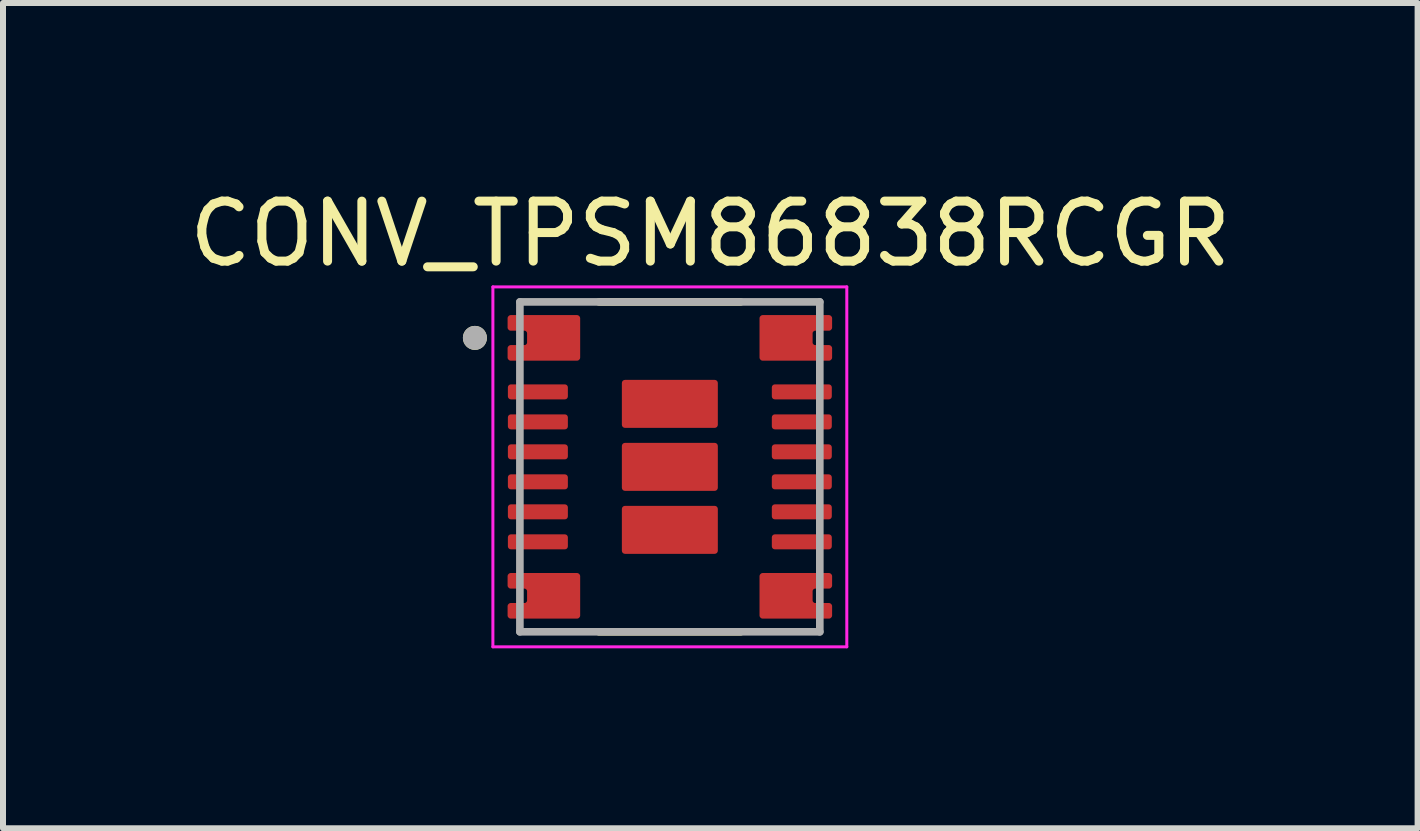
<source format=kicad_pcb>
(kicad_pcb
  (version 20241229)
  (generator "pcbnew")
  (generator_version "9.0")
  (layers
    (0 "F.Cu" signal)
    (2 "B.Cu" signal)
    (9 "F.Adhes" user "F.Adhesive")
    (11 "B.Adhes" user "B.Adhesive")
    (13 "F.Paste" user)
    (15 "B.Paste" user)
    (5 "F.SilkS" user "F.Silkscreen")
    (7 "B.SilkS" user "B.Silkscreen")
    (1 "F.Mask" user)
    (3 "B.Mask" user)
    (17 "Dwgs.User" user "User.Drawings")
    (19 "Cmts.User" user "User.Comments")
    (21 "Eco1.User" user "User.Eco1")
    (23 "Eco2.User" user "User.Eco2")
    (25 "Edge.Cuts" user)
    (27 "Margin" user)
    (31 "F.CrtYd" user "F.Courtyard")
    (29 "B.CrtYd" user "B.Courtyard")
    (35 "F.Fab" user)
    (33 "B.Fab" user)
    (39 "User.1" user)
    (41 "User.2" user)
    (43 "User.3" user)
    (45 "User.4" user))
  (footprint "CONV_TPSM86838RCGR"
    (layer "F.Cu")
    (at 8.117 4.733)
    (property "Reference" "CONV_TPSM86838RCGR" (at 0.675 -3.885 0) (layer "F.SilkS") (effects (font (size 1 1) (thickness 0.15))))
    (attr smd)
    (fp_poly (pts (xy -2.75 -1.175) (xy -2.75 -1.325) (xy -2.75 -1.33) (xy -2.749 -1.335) (xy -2.749 -1.341) (xy -2.748 -1.346) (xy -2.747 -1.351) (xy -2.745 -1.356) (xy -2.743 -1.361) (xy -2.741 -1.366) (xy -2.739 -1.37) (xy -2.737 -1.375) (xy -2.734 -1.379) (xy -2.731 -1.384) (xy -2.728 -1.388) (xy -2.724 -1.392) (xy -2.721 -1.396) (xy -2.717 -1.399) (xy -2.713 -1.403) (xy -2.709 -1.406) (xy -2.704 -1.409) (xy -2.7 -1.412) (xy -2.695 -1.414) (xy -2.691 -1.416) (xy -2.686 -1.418) (xy -2.681 -1.42) (xy -2.676 -1.422) (xy -2.671 -1.423) (xy -2.666 -1.424) (xy -2.66 -1.424) (xy -2.655 -1.425) (xy -2.65 -1.425) (xy -1.75 -1.425) (xy -1.745 -1.425) (xy -1.74 -1.424) (xy -1.734 -1.424) (xy -1.729 -1.423) (xy -1.724 -1.422) (xy -1.719 -1.42) (xy -1.714 -1.418) (xy -1.709 -1.416) (xy -1.705 -1.414) (xy -1.7 -1.412) (xy -1.696 -1.409) (xy -1.691 -1.406) (xy -1.687 -1.403) (xy -1.683 -1.399) (xy -1.679 -1.396) (xy -1.676 -1.392) (xy -1.672 -1.388) (xy -1.669 -1.384) (xy -1.666 -1.379) (xy -1.663 -1.375) (xy -1.661 -1.37) (xy -1.659 -1.366) (xy -1.657 -1.361) (xy -1.655 -1.356) (xy -1.653 -1.351) (xy -1.652 -1.346) (xy -1.651 -1.341) (xy -1.651 -1.335) (xy -1.65 -1.33) (xy -1.65 -1.325) (xy -1.65 -1.175) (xy -1.65 -1.17) (xy -1.651 -1.165) (xy -1.651 -1.159) (xy -1.652 -1.154) (xy -1.653 -1.149) (xy -1.655 -1.144) (xy -1.657 -1.139) (xy -1.659 -1.134) (xy -1.661 -1.13) (xy -1.663 -1.125) (xy -1.666 -1.121) (xy -1.669 -1.116) (xy -1.672 -1.112) (xy -1.676 -1.108) (xy -1.679 -1.104) (xy -1.683 -1.101) (xy -1.687 -1.097) (xy -1.691 -1.094) (xy -1.696 -1.091) (xy -1.7 -1.088) (xy -1.705 -1.086) (xy -1.709 -1.084) (xy -1.714 -1.082) (xy -1.719 -1.08) (xy -1.724 -1.078) (xy -1.729 -1.077) (xy -1.734 -1.076) (xy -1.74 -1.076) (xy -1.745 -1.075) (xy -1.75 -1.075) (xy -2.65 -1.075) (xy -2.655 -1.075) (xy -2.66 -1.076) (xy -2.666 -1.076) (xy -2.671 -1.077) (xy -2.676 -1.078) (xy -2.681 -1.08) (xy -2.686 -1.082) (xy -2.691 -1.084) (xy -2.695 -1.086) (xy -2.7 -1.088) (xy -2.704 -1.091) (xy -2.709 -1.094) (xy -2.713 -1.097) (xy -2.717 -1.101) (xy -2.721 -1.104) (xy -2.724 -1.108) (xy -2.728 -1.112) (xy -2.731 -1.116) (xy -2.734 -1.121) (xy -2.737 -1.125) (xy -2.739 -1.13) (xy -2.741 -1.134) (xy -2.743 -1.139) (xy -2.745 -1.144) (xy -2.747 -1.149) (xy -2.748 -1.154) (xy -2.749 -1.159) (xy -2.749 -1.165) (xy -2.75 -1.17) (xy -2.75 -1.175)) (stroke (width 0.01) (type solid)) (fill yes) (layer "F.Mask"))
    (fp_poly (pts (xy -2.75 -0.175) (xy -2.75 -0.325) (xy -2.75 -0.33) (xy -2.749 -0.335) (xy -2.749 -0.341) (xy -2.748 -0.346) (xy -2.747 -0.351) (xy -2.745 -0.356) (xy -2.743 -0.361) (xy -2.741 -0.366) (xy -2.739 -0.37) (xy -2.737 -0.375) (xy -2.734 -0.379) (xy -2.731 -0.384) (xy -2.728 -0.388) (xy -2.724 -0.392) (xy -2.721 -0.396) (xy -2.717 -0.399) (xy -2.713 -0.403) (xy -2.709 -0.406) (xy -2.704 -0.409) (xy -2.7 -0.412) (xy -2.695 -0.414) (xy -2.691 -0.416) (xy -2.686 -0.418) (xy -2.681 -0.42) (xy -2.676 -0.422) (xy -2.671 -0.423) (xy -2.666 -0.424) (xy -2.66 -0.424) (xy -2.655 -0.425) (xy -2.65 -0.425) (xy -1.75 -0.425) (xy -1.745 -0.425) (xy -1.74 -0.424) (xy -1.734 -0.424) (xy -1.729 -0.423) (xy -1.724 -0.422) (xy -1.719 -0.42) (xy -1.714 -0.418) (xy -1.709 -0.416) (xy -1.705 -0.414) (xy -1.7 -0.412) (xy -1.696 -0.409) (xy -1.691 -0.406) (xy -1.687 -0.403) (xy -1.683 -0.399) (xy -1.679 -0.396) (xy -1.676 -0.392) (xy -1.672 -0.388) (xy -1.669 -0.384) (xy -1.666 -0.379) (xy -1.663 -0.375) (xy -1.661 -0.37) (xy -1.659 -0.366) (xy -1.657 -0.361) (xy -1.655 -0.356) (xy -1.653 -0.351) (xy -1.652 -0.346) (xy -1.651 -0.341) (xy -1.651 -0.335) (xy -1.65 -0.33) (xy -1.65 -0.325) (xy -1.65 -0.175) (xy -1.65 -0.17) (xy -1.651 -0.165) (xy -1.651 -0.159) (xy -1.652 -0.154) (xy -1.653 -0.149) (xy -1.655 -0.144) (xy -1.657 -0.139) (xy -1.659 -0.134) (xy -1.661 -0.13) (xy -1.663 -0.125) (xy -1.666 -0.121) (xy -1.669 -0.116) (xy -1.672 -0.112) (xy -1.676 -0.108) (xy -1.679 -0.104) (xy -1.683 -0.101) (xy -1.687 -0.097) (xy -1.691 -0.094) (xy -1.696 -0.091) (xy -1.7 -0.088) (xy -1.705 -0.086) (xy -1.709 -0.084) (xy -1.714 -0.082) (xy -1.719 -0.08) (xy -1.724 -0.078) (xy -1.729 -0.077) (xy -1.734 -0.076) (xy -1.74 -0.076) (xy -1.745 -0.075) (xy -1.75 -0.075) (xy -2.65 -0.075) (xy -2.655 -0.075) (xy -2.66 -0.076) (xy -2.666 -0.076) (xy -2.671 -0.077) (xy -2.676 -0.078) (xy -2.681 -0.08) (xy -2.686 -0.082) (xy -2.691 -0.084) (xy -2.695 -0.086) (xy -2.7 -0.088) (xy -2.704 -0.091) (xy -2.709 -0.094) (xy -2.713 -0.097) (xy -2.717 -0.101) (xy -2.721 -0.104) (xy -2.724 -0.108) (xy -2.728 -0.112) (xy -2.731 -0.116) (xy -2.734 -0.121) (xy -2.737 -0.125) (xy -2.739 -0.13) (xy -2.741 -0.134) (xy -2.743 -0.139) (xy -2.745 -0.144) (xy -2.747 -0.149) (xy -2.748 -0.154) (xy -2.749 -0.159) (xy -2.749 -0.165) (xy -2.75 -0.17) (xy -2.75 -0.175)) (stroke (width 0.01) (type solid)) (fill yes) (layer "F.Mask"))
    (fp_poly (pts (xy -2.75 0.325) (xy -2.75 0.175) (xy -2.75 0.17) (xy -2.749 0.165) (xy -2.749 0.159) (xy -2.748 0.154) (xy -2.747 0.149) (xy -2.745 0.144) (xy -2.743 0.139) (xy -2.741 0.134) (xy -2.739 0.13) (xy -2.737 0.125) (xy -2.734 0.121) (xy -2.731 0.116) (xy -2.728 0.112) (xy -2.724 0.108) (xy -2.721 0.104) (xy -2.717 0.101) (xy -2.713 0.097) (xy -2.709 0.094) (xy -2.704 0.091) (xy -2.7 0.088) (xy -2.695 0.086) (xy -2.691 0.084) (xy -2.686 0.082) (xy -2.681 0.08) (xy -2.676 0.078) (xy -2.671 0.077) (xy -2.666 0.076) (xy -2.66 0.076) (xy -2.655 0.075) (xy -2.65 0.075) (xy -1.75 0.075) (xy -1.745 0.075) (xy -1.74 0.076) (xy -1.734 0.076) (xy -1.729 0.077) (xy -1.724 0.078) (xy -1.719 0.08) (xy -1.714 0.082) (xy -1.709 0.084) (xy -1.705 0.086) (xy -1.7 0.088) (xy -1.696 0.091) (xy -1.691 0.094) (xy -1.687 0.097) (xy -1.683 0.101) (xy -1.679 0.104) (xy -1.676 0.108) (xy -1.672 0.112) (xy -1.669 0.116) (xy -1.666 0.121) (xy -1.663 0.125) (xy -1.661 0.13) (xy -1.659 0.134) (xy -1.657 0.139) (xy -1.655 0.144) (xy -1.653 0.149) (xy -1.652 0.154) (xy -1.651 0.159) (xy -1.651 0.165) (xy -1.65 0.17) (xy -1.65 0.175) (xy -1.65 0.325) (xy -1.65 0.33) (xy -1.651 0.335) (xy -1.651 0.341) (xy -1.652 0.346) (xy -1.653 0.351) (xy -1.655 0.356) (xy -1.657 0.361) (xy -1.659 0.366) (xy -1.661 0.37) (xy -1.663 0.375) (xy -1.666 0.379) (xy -1.669 0.384) (xy -1.672 0.388) (xy -1.676 0.392) (xy -1.679 0.396) (xy -1.683 0.399) (xy -1.687 0.403) (xy -1.691 0.406) (xy -1.696 0.409) (xy -1.7 0.412) (xy -1.705 0.414) (xy -1.709 0.416) (xy -1.714 0.418) (xy -1.719 0.42) (xy -1.724 0.422) (xy -1.729 0.423) (xy -1.734 0.424) (xy -1.74 0.424) (xy -1.745 0.425) (xy -1.75 0.425) (xy -2.65 0.425) (xy -2.655 0.425) (xy -2.66 0.424) (xy -2.666 0.424) (xy -2.671 0.423) (xy -2.676 0.422) (xy -2.681 0.42) (xy -2.686 0.418) (xy -2.691 0.416) (xy -2.695 0.414) (xy -2.7 0.412) (xy -2.704 0.409) (xy -2.709 0.406) (xy -2.713 0.403) (xy -2.717 0.399) (xy -2.721 0.396) (xy -2.724 0.392) (xy -2.728 0.388) (xy -2.731 0.384) (xy -2.734 0.379) (xy -2.737 0.375) (xy -2.739 0.37) (xy -2.741 0.366) (xy -2.743 0.361) (xy -2.745 0.356) (xy -2.747 0.351) (xy -2.748 0.346) (xy -2.749 0.341) (xy -2.749 0.335) (xy -2.75 0.33) (xy -2.75 0.325)) (stroke (width 0.01) (type solid)) (fill yes) (layer "F.Mask"))
    (fp_poly (pts (xy -2.75 0.825) (xy -2.75 0.675) (xy -2.75 0.67) (xy -2.749 0.665) (xy -2.749 0.659) (xy -2.748 0.654) (xy -2.747 0.649) (xy -2.745 0.644) (xy -2.743 0.639) (xy -2.741 0.634) (xy -2.739 0.63) (xy -2.737 0.625) (xy -2.734 0.621) (xy -2.731 0.616) (xy -2.728 0.612) (xy -2.724 0.608) (xy -2.721 0.604) (xy -2.717 0.601) (xy -2.713 0.597) (xy -2.709 0.594) (xy -2.704 0.591) (xy -2.7 0.588) (xy -2.695 0.586) (xy -2.691 0.584) (xy -2.686 0.582) (xy -2.681 0.58) (xy -2.676 0.578) (xy -2.671 0.577) (xy -2.666 0.576) (xy -2.66 0.576) (xy -2.655 0.575) (xy -2.65 0.575) (xy -1.75 0.575) (xy -1.745 0.575) (xy -1.74 0.576) (xy -1.734 0.576) (xy -1.729 0.577) (xy -1.724 0.578) (xy -1.719 0.58) (xy -1.714 0.582) (xy -1.709 0.584) (xy -1.705 0.586) (xy -1.7 0.588) (xy -1.696 0.591) (xy -1.691 0.594) (xy -1.687 0.597) (xy -1.683 0.601) (xy -1.679 0.604) (xy -1.676 0.608) (xy -1.672 0.612) (xy -1.669 0.616) (xy -1.666 0.621) (xy -1.663 0.625) (xy -1.661 0.63) (xy -1.659 0.634) (xy -1.657 0.639) (xy -1.655 0.644) (xy -1.653 0.649) (xy -1.652 0.654) (xy -1.651 0.659) (xy -1.651 0.665) (xy -1.65 0.67) (xy -1.65 0.675) (xy -1.65 0.825) (xy -1.65 0.83) (xy -1.651 0.835) (xy -1.651 0.841) (xy -1.652 0.846) (xy -1.653 0.851) (xy -1.655 0.856) (xy -1.657 0.861) (xy -1.659 0.866) (xy -1.661 0.87) (xy -1.663 0.875) (xy -1.666 0.879) (xy -1.669 0.884) (xy -1.672 0.888) (xy -1.676 0.892) (xy -1.679 0.896) (xy -1.683 0.899) (xy -1.687 0.903) (xy -1.691 0.906) (xy -1.696 0.909) (xy -1.7 0.912) (xy -1.705 0.914) (xy -1.709 0.916) (xy -1.714 0.918) (xy -1.719 0.92) (xy -1.724 0.922) (xy -1.729 0.923) (xy -1.734 0.924) (xy -1.74 0.924) (xy -1.745 0.925) (xy -1.75 0.925) (xy -2.65 0.925) (xy -2.655 0.925) (xy -2.66 0.924) (xy -2.666 0.924) (xy -2.671 0.923) (xy -2.676 0.922) (xy -2.681 0.92) (xy -2.686 0.918) (xy -2.691 0.916) (xy -2.695 0.914) (xy -2.7 0.912) (xy -2.704 0.909) (xy -2.709 0.906) (xy -2.713 0.903) (xy -2.717 0.899) (xy -2.721 0.896) (xy -2.724 0.892) (xy -2.728 0.888) (xy -2.731 0.884) (xy -2.734 0.879) (xy -2.737 0.875) (xy -2.739 0.87) (xy -2.741 0.866) (xy -2.743 0.861) (xy -2.745 0.856) (xy -2.747 0.851) (xy -2.748 0.846) (xy -2.749 0.841) (xy -2.749 0.835) (xy -2.75 0.83) (xy -2.75 0.825)) (stroke (width 0.01) (type solid)) (fill yes) (layer "F.Mask"))
    (fp_poly (pts (xy -2.75 1.325) (xy -2.75 1.175) (xy -2.75 1.17) (xy -2.749 1.165) (xy -2.749 1.159) (xy -2.748 1.154) (xy -2.747 1.149) (xy -2.745 1.144) (xy -2.743 1.139) (xy -2.741 1.134) (xy -2.739 1.13) (xy -2.737 1.125) (xy -2.734 1.121) (xy -2.731 1.116) (xy -2.728 1.112) (xy -2.724 1.108) (xy -2.721 1.104) (xy -2.717 1.101) (xy -2.713 1.097) (xy -2.709 1.094) (xy -2.704 1.091) (xy -2.7 1.088) (xy -2.695 1.086) (xy -2.691 1.084) (xy -2.686 1.082) (xy -2.681 1.08) (xy -2.676 1.078) (xy -2.671 1.077) (xy -2.666 1.076) (xy -2.66 1.076) (xy -2.655 1.075) (xy -2.65 1.075) (xy -1.75 1.075) (xy -1.745 1.075) (xy -1.74 1.076) (xy -1.734 1.076) (xy -1.729 1.077) (xy -1.724 1.078) (xy -1.719 1.08) (xy -1.714 1.082) (xy -1.709 1.084) (xy -1.705 1.086) (xy -1.7 1.088) (xy -1.696 1.091) (xy -1.691 1.094) (xy -1.687 1.097) (xy -1.683 1.101) (xy -1.679 1.104) (xy -1.676 1.108) (xy -1.672 1.112) (xy -1.669 1.116) (xy -1.666 1.121) (xy -1.663 1.125) (xy -1.661 1.13) (xy -1.659 1.134) (xy -1.657 1.139) (xy -1.655 1.144) (xy -1.653 1.149) (xy -1.652 1.154) (xy -1.651 1.159) (xy -1.651 1.165) (xy -1.65 1.17) (xy -1.65 1.175) (xy -1.65 1.325) (xy -1.65 1.33) (xy -1.651 1.335) (xy -1.651 1.341) (xy -1.652 1.346) (xy -1.653 1.351) (xy -1.655 1.356) (xy -1.657 1.361) (xy -1.659 1.366) (xy -1.661 1.37) (xy -1.663 1.375) (xy -1.666 1.379) (xy -1.669 1.384) (xy -1.672 1.388) (xy -1.676 1.392) (xy -1.679 1.396) (xy -1.683 1.399) (xy -1.687 1.403) (xy -1.691 1.406) (xy -1.696 1.409) (xy -1.7 1.412) (xy -1.705 1.414) (xy -1.709 1.416) (xy -1.714 1.418) (xy -1.719 1.42) (xy -1.724 1.422) (xy -1.729 1.423) (xy -1.734 1.424) (xy -1.74 1.424) (xy -1.745 1.425) (xy -1.75 1.425) (xy -2.65 1.425) (xy -2.655 1.425) (xy -2.66 1.424) (xy -2.666 1.424) (xy -2.671 1.423) (xy -2.676 1.422) (xy -2.681 1.42) (xy -2.686 1.418) (xy -2.691 1.416) (xy -2.695 1.414) (xy -2.7 1.412) (xy -2.704 1.409) (xy -2.709 1.406) (xy -2.713 1.403) (xy -2.717 1.399) (xy -2.721 1.396) (xy -2.724 1.392) (xy -2.728 1.388) (xy -2.731 1.384) (xy -2.734 1.379) (xy -2.737 1.375) (xy -2.739 1.37) (xy -2.741 1.366) (xy -2.743 1.361) (xy -2.745 1.356) (xy -2.747 1.351) (xy -2.748 1.346) (xy -2.749 1.341) (xy -2.749 1.335) (xy -2.75 1.33) (xy -2.75 1.325)) (stroke (width 0.01) (type solid)) (fill yes) (layer "F.Mask"))
    (fp_poly (pts (xy -1.65 -0.825) (xy -1.65 -0.675) (xy -1.65 -0.67) (xy -1.651 -0.665) (xy -1.651 -0.659) (xy -1.652 -0.654) (xy -1.653 -0.649) (xy -1.655 -0.644) (xy -1.657 -0.639) (xy -1.659 -0.634) (xy -1.661 -0.63) (xy -1.663 -0.625) (xy -1.666 -0.621) (xy -1.669 -0.616) (xy -1.672 -0.612) (xy -1.676 -0.608) (xy -1.679 -0.604) (xy -1.683 -0.601) (xy -1.687 -0.597) (xy -1.691 -0.594) (xy -1.696 -0.591) (xy -1.7 -0.588) (xy -1.705 -0.586) (xy -1.709 -0.584) (xy -1.714 -0.582) (xy -1.719 -0.58) (xy -1.724 -0.578) (xy -1.729 -0.577) (xy -1.734 -0.576) (xy -1.74 -0.576) (xy -1.745 -0.575) (xy -1.75 -0.575) (xy -2.65 -0.575) (xy -2.655 -0.575) (xy -2.66 -0.576) (xy -2.666 -0.576) (xy -2.671 -0.577) (xy -2.676 -0.578) (xy -2.681 -0.58) (xy -2.686 -0.582) (xy -2.691 -0.584) (xy -2.695 -0.586) (xy -2.7 -0.588) (xy -2.704 -0.591) (xy -2.709 -0.594) (xy -2.713 -0.597) (xy -2.717 -0.601) (xy -2.721 -0.604) (xy -2.724 -0.608) (xy -2.728 -0.612) (xy -2.731 -0.616) (xy -2.734 -0.621) (xy -2.737 -0.625) (xy -2.739 -0.63) (xy -2.741 -0.634) (xy -2.743 -0.639) (xy -2.745 -0.644) (xy -2.747 -0.649) (xy -2.748 -0.654) (xy -2.749 -0.659) (xy -2.749 -0.665) (xy -2.75 -0.67) (xy -2.75 -0.675) (xy -2.75 -0.825) (xy -2.75 -0.83) (xy -2.749 -0.835) (xy -2.749 -0.841) (xy -2.748 -0.846) (xy -2.747 -0.851) (xy -2.745 -0.856) (xy -2.743 -0.861) (xy -2.741 -0.866) (xy -2.739 -0.87) (xy -2.737 -0.875) (xy -2.734 -0.879) (xy -2.731 -0.884) (xy -2.728 -0.888) (xy -2.724 -0.892) (xy -2.721 -0.896) (xy -2.717 -0.899) (xy -2.713 -0.903) (xy -2.709 -0.906) (xy -2.704 -0.909) (xy -2.7 -0.912) (xy -2.695 -0.914) (xy -2.691 -0.916) (xy -2.686 -0.918) (xy -2.681 -0.92) (xy -2.676 -0.922) (xy -2.671 -0.923) (xy -2.666 -0.924) (xy -2.66 -0.924) (xy -2.655 -0.925) (xy -2.65 -0.925) (xy -1.75 -0.925) (xy -1.745 -0.925) (xy -1.74 -0.924) (xy -1.734 -0.924) (xy -1.729 -0.923) (xy -1.724 -0.922) (xy -1.719 -0.92) (xy -1.714 -0.918) (xy -1.709 -0.916) (xy -1.705 -0.914) (xy -1.7 -0.912) (xy -1.696 -0.909) (xy -1.691 -0.906) (xy -1.687 -0.903) (xy -1.683 -0.899) (xy -1.679 -0.896) (xy -1.676 -0.892) (xy -1.672 -0.888) (xy -1.669 -0.884) (xy -1.666 -0.879) (xy -1.663 -0.875) (xy -1.661 -0.87) (xy -1.659 -0.866) (xy -1.657 -0.861) (xy -1.655 -0.856) (xy -1.653 -0.851) (xy -1.652 -0.846) (xy -1.651 -0.841) (xy -1.651 -0.835) (xy -1.65 -0.83) (xy -1.65 -0.825)) (stroke (width 0.01) (type solid)) (fill yes) (layer "F.Mask"))
    (fp_poly (pts (xy 0.85 -1.4) (xy 0.85 -0.7) (xy 0.85 -0.695) (xy 0.849 -0.69) (xy 0.849 -0.684) (xy 0.848 -0.679) (xy 0.847 -0.674) (xy 0.845 -0.669) (xy 0.843 -0.664) (xy 0.841 -0.659) (xy 0.839 -0.655) (xy 0.837 -0.65) (xy 0.834 -0.646) (xy 0.831 -0.641) (xy 0.828 -0.637) (xy 0.824 -0.633) (xy 0.821 -0.629) (xy 0.817 -0.626) (xy 0.813 -0.622) (xy 0.809 -0.619) (xy 0.804 -0.616) (xy 0.8 -0.613) (xy 0.795 -0.611) (xy 0.791 -0.609) (xy 0.786 -0.607) (xy 0.781 -0.605) (xy 0.776 -0.603) (xy 0.771 -0.602) (xy 0.766 -0.601) (xy 0.76 -0.601) (xy 0.755 -0.6) (xy 0.75 -0.6) (xy -0.75 -0.6) (xy -0.755 -0.6) (xy -0.76 -0.601) (xy -0.766 -0.601) (xy -0.771 -0.602) (xy -0.776 -0.603) (xy -0.781 -0.605) (xy -0.786 -0.607) (xy -0.791 -0.609) (xy -0.795 -0.611) (xy -0.8 -0.613) (xy -0.804 -0.616) (xy -0.809 -0.619) (xy -0.813 -0.622) (xy -0.817 -0.626) (xy -0.821 -0.629) (xy -0.824 -0.633) (xy -0.828 -0.637) (xy -0.831 -0.641) (xy -0.834 -0.646) (xy -0.837 -0.65) (xy -0.839 -0.655) (xy -0.841 -0.659) (xy -0.843 -0.664) (xy -0.845 -0.669) (xy -0.847 -0.674) (xy -0.848 -0.679) (xy -0.849 -0.684) (xy -0.849 -0.69) (xy -0.85 -0.695) (xy -0.85 -0.7) (xy -0.85 -1.4) (xy -0.85 -1.405) (xy -0.849 -1.41) (xy -0.849 -1.416) (xy -0.848 -1.421) (xy -0.847 -1.426) (xy -0.845 -1.431) (xy -0.843 -1.436) (xy -0.841 -1.441) (xy -0.839 -1.445) (xy -0.837 -1.45) (xy -0.834 -1.454) (xy -0.831 -1.459) (xy -0.828 -1.463) (xy -0.824 -1.467) (xy -0.821 -1.471) (xy -0.817 -1.474) (xy -0.813 -1.478) (xy -0.809 -1.481) (xy -0.804 -1.484) (xy -0.8 -1.487) (xy -0.795 -1.489) (xy -0.791 -1.491) (xy -0.786 -1.493) (xy -0.781 -1.495) (xy -0.776 -1.497) (xy -0.771 -1.498) (xy -0.766 -1.499) (xy -0.76 -1.499) (xy -0.755 -1.5) (xy -0.75 -1.5) (xy 0.75 -1.5) (xy 0.755 -1.5) (xy 0.76 -1.499) (xy 0.766 -1.499) (xy 0.771 -1.498) (xy 0.776 -1.497) (xy 0.781 -1.495) (xy 0.786 -1.493) (xy 0.791 -1.491) (xy 0.795 -1.489) (xy 0.8 -1.487) (xy 0.804 -1.484) (xy 0.809 -1.481) (xy 0.813 -1.478) (xy 0.817 -1.474) (xy 0.821 -1.471) (xy 0.824 -1.467) (xy 0.828 -1.463) (xy 0.831 -1.459) (xy 0.834 -1.454) (xy 0.837 -1.45) (xy 0.839 -1.445) (xy 0.841 -1.441) (xy 0.843 -1.436) (xy 0.845 -1.431) (xy 0.847 -1.426) (xy 0.848 -1.421) (xy 0.849 -1.416) (xy 0.849 -1.41) (xy 0.85 -1.405) (xy 0.85 -1.4)) (stroke (width 0.01) (type solid)) (fill yes) (layer "F.Mask"))
    (fp_poly (pts (xy 0.85 -0.35) (xy 0.85 0.35) (xy 0.85 0.355) (xy 0.849 0.36) (xy 0.849 0.366) (xy 0.848 0.371) (xy 0.847 0.376) (xy 0.845 0.381) (xy 0.843 0.386) (xy 0.841 0.391) (xy 0.839 0.395) (xy 0.837 0.4) (xy 0.834 0.404) (xy 0.831 0.409) (xy 0.828 0.413) (xy 0.824 0.417) (xy 0.821 0.421) (xy 0.817 0.424) (xy 0.813 0.428) (xy 0.809 0.431) (xy 0.804 0.434) (xy 0.8 0.437) (xy 0.795 0.439) (xy 0.791 0.441) (xy 0.786 0.443) (xy 0.781 0.445) (xy 0.776 0.447) (xy 0.771 0.448) (xy 0.766 0.449) (xy 0.76 0.449) (xy 0.755 0.45) (xy 0.75 0.45) (xy -0.75 0.45) (xy -0.755 0.45) (xy -0.76 0.449) (xy -0.766 0.449) (xy -0.771 0.448) (xy -0.776 0.447) (xy -0.781 0.445) (xy -0.786 0.443) (xy -0.791 0.441) (xy -0.795 0.439) (xy -0.8 0.437) (xy -0.804 0.434) (xy -0.809 0.431) (xy -0.813 0.428) (xy -0.817 0.424) (xy -0.821 0.421) (xy -0.824 0.417) (xy -0.828 0.413) (xy -0.831 0.409) (xy -0.834 0.404) (xy -0.837 0.4) (xy -0.839 0.395) (xy -0.841 0.391) (xy -0.843 0.386) (xy -0.845 0.381) (xy -0.847 0.376) (xy -0.848 0.371) (xy -0.849 0.366) (xy -0.849 0.36) (xy -0.85 0.355) (xy -0.85 0.35) (xy -0.85 -0.35) (xy -0.85 -0.355) (xy -0.849 -0.36) (xy -0.849 -0.366) (xy -0.848 -0.371) (xy -0.847 -0.376) (xy -0.845 -0.381) (xy -0.843 -0.386) (xy -0.841 -0.391) (xy -0.839 -0.395) (xy -0.837 -0.4) (xy -0.834 -0.404) (xy -0.831 -0.409) (xy -0.828 -0.413) (xy -0.824 -0.417) (xy -0.821 -0.421) (xy -0.817 -0.424) (xy -0.813 -0.428) (xy -0.809 -0.431) (xy -0.804 -0.434) (xy -0.8 -0.437) (xy -0.795 -0.439) (xy -0.791 -0.441) (xy -0.786 -0.443) (xy -0.781 -0.445) (xy -0.776 -0.447) (xy -0.771 -0.448) (xy -0.766 -0.449) (xy -0.76 -0.449) (xy -0.755 -0.45) (xy -0.75 -0.45) (xy 0.75 -0.45) (xy 0.755 -0.45) (xy 0.76 -0.449) (xy 0.766 -0.449) (xy 0.771 -0.448) (xy 0.776 -0.447) (xy 0.781 -0.445) (xy 0.786 -0.443) (xy 0.791 -0.441) (xy 0.795 -0.439) (xy 0.8 -0.437) (xy 0.804 -0.434) (xy 0.809 -0.431) (xy 0.813 -0.428) (xy 0.817 -0.424) (xy 0.821 -0.421) (xy 0.824 -0.417) (xy 0.828 -0.413) (xy 0.831 -0.409) (xy 0.834 -0.404) (xy 0.837 -0.4) (xy 0.839 -0.395) (xy 0.841 -0.391) (xy 0.843 -0.386) (xy 0.845 -0.381) (xy 0.847 -0.376) (xy 0.848 -0.371) (xy 0.849 -0.366) (xy 0.849 -0.36) (xy 0.85 -0.355) (xy 0.85 -0.35)) (stroke (width 0.01) (type solid)) (fill yes) (layer "F.Mask"))
    (fp_poly (pts (xy 0.85 0.7) (xy 0.85 1.4) (xy 0.85 1.405) (xy 0.849 1.41) (xy 0.849 1.416) (xy 0.848 1.421) (xy 0.847 1.426) (xy 0.845 1.431) (xy 0.843 1.436) (xy 0.841 1.441) (xy 0.839 1.445) (xy 0.837 1.45) (xy 0.834 1.454) (xy 0.831 1.459) (xy 0.828 1.463) (xy 0.824 1.467) (xy 0.821 1.471) (xy 0.817 1.474) (xy 0.813 1.478) (xy 0.809 1.481) (xy 0.804 1.484) (xy 0.8 1.487) (xy 0.795 1.489) (xy 0.791 1.491) (xy 0.786 1.493) (xy 0.781 1.495) (xy 0.776 1.497) (xy 0.771 1.498) (xy 0.766 1.499) (xy 0.76 1.499) (xy 0.755 1.5) (xy 0.75 1.5) (xy -0.75 1.5) (xy -0.755 1.5) (xy -0.76 1.499) (xy -0.766 1.499) (xy -0.771 1.498) (xy -0.776 1.497) (xy -0.781 1.495) (xy -0.786 1.493) (xy -0.791 1.491) (xy -0.795 1.489) (xy -0.8 1.487) (xy -0.804 1.484) (xy -0.809 1.481) (xy -0.813 1.478) (xy -0.817 1.474) (xy -0.821 1.471) (xy -0.824 1.467) (xy -0.828 1.463) (xy -0.831 1.459) (xy -0.834 1.454) (xy -0.837 1.45) (xy -0.839 1.445) (xy -0.841 1.441) (xy -0.843 1.436) (xy -0.845 1.431) (xy -0.847 1.426) (xy -0.848 1.421) (xy -0.849 1.416) (xy -0.849 1.41) (xy -0.85 1.405) (xy -0.85 1.4) (xy -0.85 0.7) (xy -0.85 0.695) (xy -0.849 0.69) (xy -0.849 0.684) (xy -0.848 0.679) (xy -0.847 0.674) (xy -0.845 0.669) (xy -0.843 0.664) (xy -0.841 0.659) (xy -0.839 0.655) (xy -0.837 0.65) (xy -0.834 0.646) (xy -0.831 0.641) (xy -0.828 0.637) (xy -0.824 0.633) (xy -0.821 0.629) (xy -0.817 0.626) (xy -0.813 0.622) (xy -0.809 0.619) (xy -0.804 0.616) (xy -0.8 0.613) (xy -0.795 0.611) (xy -0.791 0.609) (xy -0.786 0.607) (xy -0.781 0.605) (xy -0.776 0.603) (xy -0.771 0.602) (xy -0.766 0.601) (xy -0.76 0.601) (xy -0.755 0.6) (xy -0.75 0.6) (xy 0.75 0.6) (xy 0.755 0.6) (xy 0.76 0.601) (xy 0.766 0.601) (xy 0.771 0.602) (xy 0.776 0.603) (xy 0.781 0.605) (xy 0.786 0.607) (xy 0.791 0.609) (xy 0.795 0.611) (xy 0.8 0.613) (xy 0.804 0.616) (xy 0.809 0.619) (xy 0.813 0.622) (xy 0.817 0.626) (xy 0.821 0.629) (xy 0.824 0.633) (xy 0.828 0.637) (xy 0.831 0.641) (xy 0.834 0.646) (xy 0.837 0.65) (xy 0.839 0.655) (xy 0.841 0.659) (xy 0.843 0.664) (xy 0.845 0.669) (xy 0.847 0.674) (xy 0.848 0.679) (xy 0.849 0.684) (xy 0.849 0.69) (xy 0.85 0.695) (xy 0.85 0.7)) (stroke (width 0.01) (type solid)) (fill yes) (layer "F.Mask"))
    (fp_poly (pts (xy 1.65 -1.175) (xy 1.65 -1.325) (xy 1.65 -1.33) (xy 1.651 -1.335) (xy 1.651 -1.341) (xy 1.652 -1.346) (xy 1.653 -1.351) (xy 1.655 -1.356) (xy 1.657 -1.361) (xy 1.659 -1.366) (xy 1.661 -1.37) (xy 1.663 -1.375) (xy 1.666 -1.379) (xy 1.669 -1.384) (xy 1.672 -1.388) (xy 1.676 -1.392) (xy 1.679 -1.396) (xy 1.683 -1.399) (xy 1.687 -1.403) (xy 1.691 -1.406) (xy 1.696 -1.409) (xy 1.7 -1.412) (xy 1.705 -1.414) (xy 1.709 -1.416) (xy 1.714 -1.418) (xy 1.719 -1.42) (xy 1.724 -1.422) (xy 1.729 -1.423) (xy 1.734 -1.424) (xy 1.74 -1.424) (xy 1.745 -1.425) (xy 1.75 -1.425) (xy 2.65 -1.425) (xy 2.655 -1.425) (xy 2.66 -1.424) (xy 2.666 -1.424) (xy 2.671 -1.423) (xy 2.676 -1.422) (xy 2.681 -1.42) (xy 2.686 -1.418) (xy 2.691 -1.416) (xy 2.695 -1.414) (xy 2.7 -1.412) (xy 2.704 -1.409) (xy 2.709 -1.406) (xy 2.713 -1.403) (xy 2.717 -1.399) (xy 2.721 -1.396) (xy 2.724 -1.392) (xy 2.728 -1.388) (xy 2.731 -1.384) (xy 2.734 -1.379) (xy 2.737 -1.375) (xy 2.739 -1.37) (xy 2.741 -1.366) (xy 2.743 -1.361) (xy 2.745 -1.356) (xy 2.747 -1.351) (xy 2.748 -1.346) (xy 2.749 -1.341) (xy 2.749 -1.335) (xy 2.75 -1.33) (xy 2.75 -1.325) (xy 2.75 -1.175) (xy 2.75 -1.17) (xy 2.749 -1.165) (xy 2.749 -1.159) (xy 2.748 -1.154) (xy 2.747 -1.149) (xy 2.745 -1.144) (xy 2.743 -1.139) (xy 2.741 -1.134) (xy 2.739 -1.13) (xy 2.737 -1.125) (xy 2.734 -1.121) (xy 2.731 -1.116) (xy 2.728 -1.112) (xy 2.724 -1.108) (xy 2.721 -1.104) (xy 2.717 -1.101) (xy 2.713 -1.097) (xy 2.709 -1.094) (xy 2.704 -1.091) (xy 2.7 -1.088) (xy 2.695 -1.086) (xy 2.691 -1.084) (xy 2.686 -1.082) (xy 2.681 -1.08) (xy 2.676 -1.078) (xy 2.671 -1.077) (xy 2.666 -1.076) (xy 2.66 -1.076) (xy 2.655 -1.075) (xy 2.65 -1.075) (xy 1.75 -1.075) (xy 1.745 -1.075) (xy 1.74 -1.076) (xy 1.734 -1.076) (xy 1.729 -1.077) (xy 1.724 -1.078) (xy 1.719 -1.08) (xy 1.714 -1.082) (xy 1.709 -1.084) (xy 1.705 -1.086) (xy 1.7 -1.088) (xy 1.696 -1.091) (xy 1.691 -1.094) (xy 1.687 -1.097) (xy 1.683 -1.101) (xy 1.679 -1.104) (xy 1.676 -1.108) (xy 1.672 -1.112) (xy 1.669 -1.116) (xy 1.666 -1.121) (xy 1.663 -1.125) (xy 1.661 -1.13) (xy 1.659 -1.134) (xy 1.657 -1.139) (xy 1.655 -1.144) (xy 1.653 -1.149) (xy 1.652 -1.154) (xy 1.651 -1.159) (xy 1.651 -1.165) (xy 1.65 -1.17) (xy 1.65 -1.175)) (stroke (width 0.01) (type solid)) (fill yes) (layer "F.Mask"))
    (fp_poly (pts (xy 1.65 -0.175) (xy 1.65 -0.325) (xy 1.65 -0.33) (xy 1.651 -0.335) (xy 1.651 -0.341) (xy 1.652 -0.346) (xy 1.653 -0.351) (xy 1.655 -0.356) (xy 1.657 -0.361) (xy 1.659 -0.366) (xy 1.661 -0.37) (xy 1.663 -0.375) (xy 1.666 -0.379) (xy 1.669 -0.384) (xy 1.672 -0.388) (xy 1.676 -0.392) (xy 1.679 -0.396) (xy 1.683 -0.399) (xy 1.687 -0.403) (xy 1.691 -0.406) (xy 1.696 -0.409) (xy 1.7 -0.412) (xy 1.705 -0.414) (xy 1.709 -0.416) (xy 1.714 -0.418) (xy 1.719 -0.42) (xy 1.724 -0.422) (xy 1.729 -0.423) (xy 1.734 -0.424) (xy 1.74 -0.424) (xy 1.745 -0.425) (xy 1.75 -0.425) (xy 2.65 -0.425) (xy 2.655 -0.425) (xy 2.66 -0.424) (xy 2.666 -0.424) (xy 2.671 -0.423) (xy 2.676 -0.422) (xy 2.681 -0.42) (xy 2.686 -0.418) (xy 2.691 -0.416) (xy 2.695 -0.414) (xy 2.7 -0.412) (xy 2.704 -0.409) (xy 2.709 -0.406) (xy 2.713 -0.403) (xy 2.717 -0.399) (xy 2.721 -0.396) (xy 2.724 -0.392) (xy 2.728 -0.388) (xy 2.731 -0.384) (xy 2.734 -0.379) (xy 2.737 -0.375) (xy 2.739 -0.37) (xy 2.741 -0.366) (xy 2.743 -0.361) (xy 2.745 -0.356) (xy 2.747 -0.351) (xy 2.748 -0.346) (xy 2.749 -0.341) (xy 2.749 -0.335) (xy 2.75 -0.33) (xy 2.75 -0.325) (xy 2.75 -0.175) (xy 2.75 -0.17) (xy 2.749 -0.165) (xy 2.749 -0.159) (xy 2.748 -0.154) (xy 2.747 -0.149) (xy 2.745 -0.144) (xy 2.743 -0.139) (xy 2.741 -0.134) (xy 2.739 -0.13) (xy 2.737 -0.125) (xy 2.734 -0.121) (xy 2.731 -0.116) (xy 2.728 -0.112) (xy 2.724 -0.108) (xy 2.721 -0.104) (xy 2.717 -0.101) (xy 2.713 -0.097) (xy 2.709 -0.094) (xy 2.704 -0.091) (xy 2.7 -0.088) (xy 2.695 -0.086) (xy 2.691 -0.084) (xy 2.686 -0.082) (xy 2.681 -0.08) (xy 2.676 -0.078) (xy 2.671 -0.077) (xy 2.666 -0.076) (xy 2.66 -0.076) (xy 2.655 -0.075) (xy 2.65 -0.075) (xy 1.75 -0.075) (xy 1.745 -0.075) (xy 1.74 -0.076) (xy 1.734 -0.076) (xy 1.729 -0.077) (xy 1.724 -0.078) (xy 1.719 -0.08) (xy 1.714 -0.082) (xy 1.709 -0.084) (xy 1.705 -0.086) (xy 1.7 -0.088) (xy 1.696 -0.091) (xy 1.691 -0.094) (xy 1.687 -0.097) (xy 1.683 -0.101) (xy 1.679 -0.104) (xy 1.676 -0.108) (xy 1.672 -0.112) (xy 1.669 -0.116) (xy 1.666 -0.121) (xy 1.663 -0.125) (xy 1.661 -0.13) (xy 1.659 -0.134) (xy 1.657 -0.139) (xy 1.655 -0.144) (xy 1.653 -0.149) (xy 1.652 -0.154) (xy 1.651 -0.159) (xy 1.651 -0.165) (xy 1.65 -0.17) (xy 1.65 -0.175)) (stroke (width 0.01) (type solid)) (fill yes) (layer "F.Mask"))
    (fp_poly (pts (xy 1.65 0.325) (xy 1.65 0.175) (xy 1.65 0.17) (xy 1.651 0.165) (xy 1.651 0.159) (xy 1.652 0.154) (xy 1.653 0.149) (xy 1.655 0.144) (xy 1.657 0.139) (xy 1.659 0.134) (xy 1.661 0.13) (xy 1.663 0.125) (xy 1.666 0.121) (xy 1.669 0.116) (xy 1.672 0.112) (xy 1.676 0.108) (xy 1.679 0.104) (xy 1.683 0.101) (xy 1.687 0.097) (xy 1.691 0.094) (xy 1.696 0.091) (xy 1.7 0.088) (xy 1.705 0.086) (xy 1.709 0.084) (xy 1.714 0.082) (xy 1.719 0.08) (xy 1.724 0.078) (xy 1.729 0.077) (xy 1.734 0.076) (xy 1.74 0.076) (xy 1.745 0.075) (xy 1.75 0.075) (xy 2.65 0.075) (xy 2.655 0.075) (xy 2.66 0.076) (xy 2.666 0.076) (xy 2.671 0.077) (xy 2.676 0.078) (xy 2.681 0.08) (xy 2.686 0.082) (xy 2.691 0.084) (xy 2.695 0.086) (xy 2.7 0.088) (xy 2.704 0.091) (xy 2.709 0.094) (xy 2.713 0.097) (xy 2.717 0.101) (xy 2.721 0.104) (xy 2.724 0.108) (xy 2.728 0.112) (xy 2.731 0.116) (xy 2.734 0.121) (xy 2.737 0.125) (xy 2.739 0.13) (xy 2.741 0.134) (xy 2.743 0.139) (xy 2.745 0.144) (xy 2.747 0.149) (xy 2.748 0.154) (xy 2.749 0.159) (xy 2.749 0.165) (xy 2.75 0.17) (xy 2.75 0.175) (xy 2.75 0.325) (xy 2.75 0.33) (xy 2.749 0.335) (xy 2.749 0.341) (xy 2.748 0.346) (xy 2.747 0.351) (xy 2.745 0.356) (xy 2.743 0.361) (xy 2.741 0.366) (xy 2.739 0.37) (xy 2.737 0.375) (xy 2.734 0.379) (xy 2.731 0.384) (xy 2.728 0.388) (xy 2.724 0.392) (xy 2.721 0.396) (xy 2.717 0.399) (xy 2.713 0.403) (xy 2.709 0.406) (xy 2.704 0.409) (xy 2.7 0.412) (xy 2.695 0.414) (xy 2.691 0.416) (xy 2.686 0.418) (xy 2.681 0.42) (xy 2.676 0.422) (xy 2.671 0.423) (xy 2.666 0.424) (xy 2.66 0.424) (xy 2.655 0.425) (xy 2.65 0.425) (xy 1.75 0.425) (xy 1.745 0.425) (xy 1.74 0.424) (xy 1.734 0.424) (xy 1.729 0.423) (xy 1.724 0.422) (xy 1.719 0.42) (xy 1.714 0.418) (xy 1.709 0.416) (xy 1.705 0.414) (xy 1.7 0.412) (xy 1.696 0.409) (xy 1.691 0.406) (xy 1.687 0.403) (xy 1.683 0.399) (xy 1.679 0.396) (xy 1.676 0.392) (xy 1.672 0.388) (xy 1.669 0.384) (xy 1.666 0.379) (xy 1.663 0.375) (xy 1.661 0.37) (xy 1.659 0.366) (xy 1.657 0.361) (xy 1.655 0.356) (xy 1.653 0.351) (xy 1.652 0.346) (xy 1.651 0.341) (xy 1.651 0.335) (xy 1.65 0.33) (xy 1.65 0.325)) (stroke (width 0.01) (type solid)) (fill yes) (layer "F.Mask"))
    (fp_poly (pts (xy 1.65 0.825) (xy 1.65 0.675) (xy 1.65 0.67) (xy 1.651 0.665) (xy 1.651 0.659) (xy 1.652 0.654) (xy 1.653 0.649) (xy 1.655 0.644) (xy 1.657 0.639) (xy 1.659 0.634) (xy 1.661 0.63) (xy 1.663 0.625) (xy 1.666 0.621) (xy 1.669 0.616) (xy 1.672 0.612) (xy 1.676 0.608) (xy 1.679 0.604) (xy 1.683 0.601) (xy 1.687 0.597) (xy 1.691 0.594) (xy 1.696 0.591) (xy 1.7 0.588) (xy 1.705 0.586) (xy 1.709 0.584) (xy 1.714 0.582) (xy 1.719 0.58) (xy 1.724 0.578) (xy 1.729 0.577) (xy 1.734 0.576) (xy 1.74 0.576) (xy 1.745 0.575) (xy 1.75 0.575) (xy 2.65 0.575) (xy 2.655 0.575) (xy 2.66 0.576) (xy 2.666 0.576) (xy 2.671 0.577) (xy 2.676 0.578) (xy 2.681 0.58) (xy 2.686 0.582) (xy 2.691 0.584) (xy 2.695 0.586) (xy 2.7 0.588) (xy 2.704 0.591) (xy 2.709 0.594) (xy 2.713 0.597) (xy 2.717 0.601) (xy 2.721 0.604) (xy 2.724 0.608) (xy 2.728 0.612) (xy 2.731 0.616) (xy 2.734 0.621) (xy 2.737 0.625) (xy 2.739 0.63) (xy 2.741 0.634) (xy 2.743 0.639) (xy 2.745 0.644) (xy 2.747 0.649) (xy 2.748 0.654) (xy 2.749 0.659) (xy 2.749 0.665) (xy 2.75 0.67) (xy 2.75 0.675) (xy 2.75 0.825) (xy 2.75 0.83) (xy 2.749 0.835) (xy 2.749 0.841) (xy 2.748 0.846) (xy 2.747 0.851) (xy 2.745 0.856) (xy 2.743 0.861) (xy 2.741 0.866) (xy 2.739 0.87) (xy 2.737 0.875) (xy 2.734 0.879) (xy 2.731 0.884) (xy 2.728 0.888) (xy 2.724 0.892) (xy 2.721 0.896) (xy 2.717 0.899) (xy 2.713 0.903) (xy 2.709 0.906) (xy 2.704 0.909) (xy 2.7 0.912) (xy 2.695 0.914) (xy 2.691 0.916) (xy 2.686 0.918) (xy 2.681 0.92) (xy 2.676 0.922) (xy 2.671 0.923) (xy 2.666 0.924) (xy 2.66 0.924) (xy 2.655 0.925) (xy 2.65 0.925) (xy 1.75 0.925) (xy 1.745 0.925) (xy 1.74 0.924) (xy 1.734 0.924) (xy 1.729 0.923) (xy 1.724 0.922) (xy 1.719 0.92) (xy 1.714 0.918) (xy 1.709 0.916) (xy 1.705 0.914) (xy 1.7 0.912) (xy 1.696 0.909) (xy 1.691 0.906) (xy 1.687 0.903) (xy 1.683 0.899) (xy 1.679 0.896) (xy 1.676 0.892) (xy 1.672 0.888) (xy 1.669 0.884) (xy 1.666 0.879) (xy 1.663 0.875) (xy 1.661 0.87) (xy 1.659 0.866) (xy 1.657 0.861) (xy 1.655 0.856) (xy 1.653 0.851) (xy 1.652 0.846) (xy 1.651 0.841) (xy 1.651 0.835) (xy 1.65 0.83) (xy 1.65 0.825)) (stroke (width 0.01) (type solid)) (fill yes) (layer "F.Mask"))
    (fp_poly (pts (xy 1.65 1.325) (xy 1.65 1.175) (xy 1.65 1.17) (xy 1.651 1.165) (xy 1.651 1.159) (xy 1.652 1.154) (xy 1.653 1.149) (xy 1.655 1.144) (xy 1.657 1.139) (xy 1.659 1.134) (xy 1.661 1.13) (xy 1.663 1.125) (xy 1.666 1.121) (xy 1.669 1.116) (xy 1.672 1.112) (xy 1.676 1.108) (xy 1.679 1.104) (xy 1.683 1.101) (xy 1.687 1.097) (xy 1.691 1.094) (xy 1.696 1.091) (xy 1.7 1.088) (xy 1.705 1.086) (xy 1.709 1.084) (xy 1.714 1.082) (xy 1.719 1.08) (xy 1.724 1.078) (xy 1.729 1.077) (xy 1.734 1.076) (xy 1.74 1.076) (xy 1.745 1.075) (xy 1.75 1.075) (xy 2.65 1.075) (xy 2.655 1.075) (xy 2.66 1.076) (xy 2.666 1.076) (xy 2.671 1.077) (xy 2.676 1.078) (xy 2.681 1.08) (xy 2.686 1.082) (xy 2.691 1.084) (xy 2.695 1.086) (xy 2.7 1.088) (xy 2.704 1.091) (xy 2.709 1.094) (xy 2.713 1.097) (xy 2.717 1.101) (xy 2.721 1.104) (xy 2.724 1.108) (xy 2.728 1.112) (xy 2.731 1.116) (xy 2.734 1.121) (xy 2.737 1.125) (xy 2.739 1.13) (xy 2.741 1.134) (xy 2.743 1.139) (xy 2.745 1.144) (xy 2.747 1.149) (xy 2.748 1.154) (xy 2.749 1.159) (xy 2.749 1.165) (xy 2.75 1.17) (xy 2.75 1.175) (xy 2.75 1.325) (xy 2.75 1.33) (xy 2.749 1.335) (xy 2.749 1.341) (xy 2.748 1.346) (xy 2.747 1.351) (xy 2.745 1.356) (xy 2.743 1.361) (xy 2.741 1.366) (xy 2.739 1.37) (xy 2.737 1.375) (xy 2.734 1.379) (xy 2.731 1.384) (xy 2.728 1.388) (xy 2.724 1.392) (xy 2.721 1.396) (xy 2.717 1.399) (xy 2.713 1.403) (xy 2.709 1.406) (xy 2.704 1.409) (xy 2.7 1.412) (xy 2.695 1.414) (xy 2.691 1.416) (xy 2.686 1.418) (xy 2.681 1.42) (xy 2.676 1.422) (xy 2.671 1.423) (xy 2.666 1.424) (xy 2.66 1.424) (xy 2.655 1.425) (xy 2.65 1.425) (xy 1.75 1.425) (xy 1.745 1.425) (xy 1.74 1.424) (xy 1.734 1.424) (xy 1.729 1.423) (xy 1.724 1.422) (xy 1.719 1.42) (xy 1.714 1.418) (xy 1.709 1.416) (xy 1.705 1.414) (xy 1.7 1.412) (xy 1.696 1.409) (xy 1.691 1.406) (xy 1.687 1.403) (xy 1.683 1.399) (xy 1.679 1.396) (xy 1.676 1.392) (xy 1.672 1.388) (xy 1.669 1.384) (xy 1.666 1.379) (xy 1.663 1.375) (xy 1.661 1.37) (xy 1.659 1.366) (xy 1.657 1.361) (xy 1.655 1.356) (xy 1.653 1.351) (xy 1.652 1.346) (xy 1.651 1.341) (xy 1.651 1.335) (xy 1.65 1.33) (xy 1.65 1.325)) (stroke (width 0.01) (type solid)) (fill yes) (layer "F.Mask"))
    (fp_poly (pts (xy 1.75 -0.925) (xy 2.65 -0.925) (xy 2.655 -0.925) (xy 2.66 -0.924) (xy 2.666 -0.924) (xy 2.671 -0.923) (xy 2.676 -0.922) (xy 2.681 -0.92) (xy 2.686 -0.918) (xy 2.691 -0.916) (xy 2.695 -0.914) (xy 2.7 -0.912) (xy 2.704 -0.909) (xy 2.709 -0.906) (xy 2.713 -0.903) (xy 2.717 -0.899) (xy 2.721 -0.896) (xy 2.724 -0.892) (xy 2.728 -0.888) (xy 2.731 -0.884) (xy 2.734 -0.879) (xy 2.737 -0.875) (xy 2.739 -0.87) (xy 2.741 -0.866) (xy 2.743 -0.861) (xy 2.745 -0.856) (xy 2.747 -0.851) (xy 2.748 -0.846) (xy 2.749 -0.841) (xy 2.749 -0.835) (xy 2.75 -0.83) (xy 2.75 -0.825) (xy 2.75 -0.675) (xy 2.75 -0.67) (xy 2.749 -0.665) (xy 2.749 -0.659) (xy 2.748 -0.654) (xy 2.747 -0.649) (xy 2.745 -0.644) (xy 2.743 -0.639) (xy 2.741 -0.634) (xy 2.739 -0.63) (xy 2.737 -0.625) (xy 2.734 -0.621) (xy 2.731 -0.616) (xy 2.728 -0.612) (xy 2.724 -0.608) (xy 2.721 -0.604) (xy 2.717 -0.601) (xy 2.713 -0.597) (xy 2.709 -0.594) (xy 2.704 -0.591) (xy 2.7 -0.588) (xy 2.695 -0.586) (xy 2.691 -0.584) (xy 2.686 -0.582) (xy 2.681 -0.58) (xy 2.676 -0.578) (xy 2.671 -0.577) (xy 2.666 -0.576) (xy 2.66 -0.576) (xy 2.655 -0.575) (xy 2.65 -0.575) (xy 1.75 -0.575) (xy 1.745 -0.575) (xy 1.74 -0.576) (xy 1.734 -0.576) (xy 1.729 -0.577) (xy 1.724 -0.578) (xy 1.719 -0.58) (xy 1.714 -0.582) (xy 1.709 -0.584) (xy 1.705 -0.586) (xy 1.7 -0.588) (xy 1.696 -0.591) (xy 1.691 -0.594) (xy 1.687 -0.597) (xy 1.683 -0.601) (xy 1.679 -0.604) (xy 1.676 -0.608) (xy 1.672 -0.612) (xy 1.669 -0.616) (xy 1.666 -0.621) (xy 1.663 -0.625) (xy 1.661 -0.63) (xy 1.659 -0.634) (xy 1.657 -0.639) (xy 1.655 -0.644) (xy 1.653 -0.649) (xy 1.652 -0.654) (xy 1.651 -0.659) (xy 1.651 -0.665) (xy 1.65 -0.67) (xy 1.65 -0.675) (xy 1.65 -0.825) (xy 1.65 -0.83) (xy 1.651 -0.835) (xy 1.651 -0.841) (xy 1.652 -0.846) (xy 1.653 -0.851) (xy 1.655 -0.856) (xy 1.657 -0.861) (xy 1.659 -0.866) (xy 1.661 -0.87) (xy 1.663 -0.875) (xy 1.666 -0.879) (xy 1.669 -0.884) (xy 1.672 -0.888) (xy 1.676 -0.892) (xy 1.679 -0.896) (xy 1.683 -0.899) (xy 1.687 -0.903) (xy 1.691 -0.906) (xy 1.696 -0.909) (xy 1.7 -0.912) (xy 1.705 -0.914) (xy 1.709 -0.916) (xy 1.714 -0.918) (xy 1.719 -0.92) (xy 1.724 -0.922) (xy 1.729 -0.923) (xy 1.734 -0.924) (xy 1.74 -0.924) (xy 1.745 -0.925) (xy 1.75 -0.925)) (stroke (width 0.01) (type solid)) (fill yes) (layer "F.Mask"))
    (fp_poly (pts (xy -2.65 -2.075) (xy -2.45 -2.075) (xy -2.449 -2.075) (xy -2.447 -2.075) (xy -2.446 -2.075) (xy -2.445 -2.076) (xy -2.444 -2.076) (xy -2.442 -2.076) (xy -2.441 -2.077) (xy -2.44 -2.077) (xy -2.439 -2.078) (xy -2.438 -2.078) (xy -2.436 -2.079) (xy -2.435 -2.08) (xy -2.434 -2.081) (xy -2.433 -2.081) (xy -2.432 -2.082) (xy -2.431 -2.083) (xy -2.431 -2.084) (xy -2.43 -2.085) (xy -2.429 -2.086) (xy -2.428 -2.088) (xy -2.428 -2.089) (xy -2.427 -2.09) (xy -2.427 -2.091) (xy -2.426 -2.092) (xy -2.426 -2.094) (xy -2.426 -2.095) (xy -2.425 -2.096) (xy -2.425 -2.097) (xy -2.425 -2.099) (xy -2.425 -2.1) (xy -2.425 -2.2) (xy -2.425 -2.201) (xy -2.425 -2.203) (xy -2.425 -2.204) (xy -2.426 -2.205) (xy -2.426 -2.206) (xy -2.426 -2.208) (xy -2.427 -2.209) (xy -2.427 -2.21) (xy -2.428 -2.211) (xy -2.428 -2.213) (xy -2.429 -2.214) (xy -2.43 -2.215) (xy -2.431 -2.216) (xy -2.431 -2.217) (xy -2.432 -2.218) (xy -2.433 -2.219) (xy -2.434 -2.219) (xy -2.435 -2.22) (xy -2.436 -2.221) (xy -2.438 -2.222) (xy -2.439 -2.222) (xy -2.44 -2.223) (xy -2.441 -2.223) (xy -2.442 -2.224) (xy -2.444 -2.224) (xy -2.445 -2.224) (xy -2.446 -2.225) (xy -2.447 -2.225) (xy -2.449 -2.225) (xy -2.45 -2.225) (xy -2.65 -2.225) (xy -2.655 -2.225) (xy -2.66 -2.226) (xy -2.666 -2.226) (xy -2.671 -2.227) (xy -2.676 -2.228) (xy -2.681 -2.23) (xy -2.686 -2.232) (xy -2.691 -2.234) (xy -2.695 -2.236) (xy -2.7 -2.238) (xy -2.704 -2.241) (xy -2.709 -2.244) (xy -2.713 -2.247) (xy -2.717 -2.251) (xy -2.721 -2.254) (xy -2.724 -2.258) (xy -2.728 -2.262) (xy -2.731 -2.266) (xy -2.734 -2.271) (xy -2.737 -2.275) (xy -2.739 -2.28) (xy -2.741 -2.284) (xy -2.743 -2.289) (xy -2.745 -2.294) (xy -2.747 -2.299) (xy -2.748 -2.304) (xy -2.749 -2.309) (xy -2.749 -2.315) (xy -2.75 -2.32) (xy -2.75 -2.325) (xy -2.75 -2.475) (xy -2.75 -2.48) (xy -2.749 -2.485) (xy -2.749 -2.491) (xy -2.748 -2.496) (xy -2.747 -2.501) (xy -2.745 -2.506) (xy -2.743 -2.511) (xy -2.741 -2.516) (xy -2.739 -2.52) (xy -2.737 -2.525) (xy -2.734 -2.529) (xy -2.731 -2.534) (xy -2.728 -2.538) (xy -2.724 -2.542) (xy -2.721 -2.546) (xy -2.717 -2.549) (xy -2.713 -2.553) (xy -2.709 -2.556) (xy -2.704 -2.559) (xy -2.7 -2.562) (xy -2.695 -2.564) (xy -2.691 -2.566) (xy -2.686 -2.568) (xy -2.681 -2.57) (xy -2.676 -2.572) (xy -2.671 -2.573) (xy -2.666 -2.574) (xy -2.66 -2.574) (xy -2.655 -2.575) (xy -2.65 -2.575) (xy -1.55 -2.575) (xy -1.545 -2.575) (xy -1.54 -2.574) (xy -1.534 -2.574) (xy -1.529 -2.573) (xy -1.524 -2.572) (xy -1.519 -2.57) (xy -1.514 -2.568) (xy -1.509 -2.566) (xy -1.505 -2.564) (xy -1.5 -2.562) (xy -1.496 -2.559) (xy -1.491 -2.556) (xy -1.487 -2.553) (xy -1.483 -2.549) (xy -1.479 -2.546) (xy -1.476 -2.542) (xy -1.472 -2.538) (xy -1.469 -2.534) (xy -1.466 -2.529) (xy -1.463 -2.525) (xy -1.461 -2.52) (xy -1.459 -2.516) (xy -1.457 -2.511) (xy -1.455 -2.506) (xy -1.453 -2.501) (xy -1.452 -2.496) (xy -1.451 -2.491) (xy -1.451 -2.485) (xy -1.45 -2.48) (xy -1.45 -2.475) (xy -1.45 -1.825) (xy -1.45 -1.82) (xy -1.451 -1.815) (xy -1.451 -1.809) (xy -1.452 -1.804) (xy -1.453 -1.799) (xy -1.455 -1.794) (xy -1.457 -1.789) (xy -1.459 -1.784) (xy -1.461 -1.78) (xy -1.463 -1.775) (xy -1.466 -1.771) (xy -1.469 -1.766) (xy -1.472 -1.762) (xy -1.476 -1.758) (xy -1.479 -1.754) (xy -1.483 -1.751) (xy -1.487 -1.747) (xy -1.491 -1.744) (xy -1.496 -1.741) (xy -1.5 -1.738) (xy -1.505 -1.736) (xy -1.509 -1.734) (xy -1.514 -1.732) (xy -1.519 -1.73) (xy -1.524 -1.728) (xy -1.529 -1.727) (xy -1.534 -1.726) (xy -1.54 -1.726) (xy -1.545 -1.725) (xy -1.55 -1.725) (xy -2.65 -1.725) (xy -2.655 -1.725) (xy -2.66 -1.726) (xy -2.666 -1.726) (xy -2.671 -1.727) (xy -2.676 -1.728) (xy -2.681 -1.73) (xy -2.686 -1.732) (xy -2.691 -1.734) (xy -2.695 -1.736) (xy -2.7 -1.738) (xy -2.704 -1.741) (xy -2.709 -1.744) (xy -2.713 -1.747) (xy -2.717 -1.751) (xy -2.721 -1.754) (xy -2.724 -1.758) (xy -2.728 -1.762) (xy -2.731 -1.766) (xy -2.734 -1.771) (xy -2.737 -1.775) (xy -2.739 -1.78) (xy -2.741 -1.784) (xy -2.743 -1.789) (xy -2.745 -1.794) (xy -2.747 -1.799) (xy -2.748 -1.804) (xy -2.749 -1.809) (xy -2.749 -1.815) (xy -2.75 -1.82) (xy -2.75 -1.825) (xy -2.75 -1.975) (xy -2.75 -1.98) (xy -2.749 -1.985) (xy -2.749 -1.991) (xy -2.748 -1.996) (xy -2.747 -2.001) (xy -2.745 -2.006) (xy -2.743 -2.011) (xy -2.741 -2.016) (xy -2.739 -2.02) (xy -2.737 -2.025) (xy -2.734 -2.029) (xy -2.731 -2.034) (xy -2.728 -2.038) (xy -2.724 -2.042) (xy -2.721 -2.046) (xy -2.717 -2.049) (xy -2.713 -2.053) (xy -2.709 -2.056) (xy -2.704 -2.059) (xy -2.7 -2.062) (xy -2.695 -2.064) (xy -2.691 -2.066) (xy -2.686 -2.068) (xy -2.681 -2.07) (xy -2.676 -2.072) (xy -2.671 -2.073) (xy -2.666 -2.074) (xy -2.66 -2.074) (xy -2.655 -2.075) (xy -2.65 -2.075)) (stroke (width 0.01) (type solid)) (fill yes) (layer "F.Mask"))
    (fp_poly (pts (xy -2.425 2.2) (xy -2.425 2.1) (xy -2.425 2.099) (xy -2.425 2.097) (xy -2.425 2.096) (xy -2.426 2.095) (xy -2.426 2.094) (xy -2.426 2.092) (xy -2.427 2.091) (xy -2.427 2.09) (xy -2.428 2.089) (xy -2.428 2.088) (xy -2.429 2.086) (xy -2.43 2.085) (xy -2.431 2.084) (xy -2.431 2.083) (xy -2.432 2.082) (xy -2.433 2.081) (xy -2.434 2.081) (xy -2.435 2.08) (xy -2.436 2.079) (xy -2.438 2.078) (xy -2.439 2.078) (xy -2.44 2.077) (xy -2.441 2.077) (xy -2.442 2.076) (xy -2.444 2.076) (xy -2.445 2.076) (xy -2.446 2.075) (xy -2.447 2.075) (xy -2.449 2.075) (xy -2.45 2.075) (xy -2.65 2.075) (xy -2.655 2.075) (xy -2.66 2.074) (xy -2.666 2.074) (xy -2.671 2.073) (xy -2.676 2.072) (xy -2.681 2.07) (xy -2.686 2.068) (xy -2.691 2.066) (xy -2.695 2.064) (xy -2.7 2.062) (xy -2.704 2.059) (xy -2.709 2.056) (xy -2.713 2.053) (xy -2.717 2.049) (xy -2.721 2.046) (xy -2.724 2.042) (xy -2.728 2.038) (xy -2.731 2.034) (xy -2.734 2.029) (xy -2.737 2.025) (xy -2.739 2.02) (xy -2.741 2.016) (xy -2.743 2.011) (xy -2.745 2.006) (xy -2.747 2.001) (xy -2.748 1.996) (xy -2.749 1.991) (xy -2.749 1.985) (xy -2.75 1.98) (xy -2.75 1.975) (xy -2.75 1.825) (xy -2.75 1.82) (xy -2.749 1.815) (xy -2.749 1.809) (xy -2.748 1.804) (xy -2.747 1.799) (xy -2.745 1.794) (xy -2.743 1.789) (xy -2.741 1.784) (xy -2.739 1.78) (xy -2.737 1.775) (xy -2.734 1.771) (xy -2.731 1.766) (xy -2.728 1.762) (xy -2.724 1.758) (xy -2.721 1.754) (xy -2.717 1.751) (xy -2.713 1.747) (xy -2.709 1.744) (xy -2.704 1.741) (xy -2.7 1.738) (xy -2.695 1.736) (xy -2.691 1.734) (xy -2.686 1.732) (xy -2.681 1.73) (xy -2.676 1.728) (xy -2.671 1.727) (xy -2.666 1.726) (xy -2.66 1.726) (xy -2.655 1.725) (xy -2.65 1.725) (xy -1.55 1.725) (xy -1.545 1.725) (xy -1.54 1.726) (xy -1.534 1.726) (xy -1.529 1.727) (xy -1.524 1.728) (xy -1.519 1.73) (xy -1.514 1.732) (xy -1.509 1.734) (xy -1.505 1.736) (xy -1.5 1.738) (xy -1.496 1.741) (xy -1.491 1.744) (xy -1.487 1.747) (xy -1.483 1.751) (xy -1.479 1.754) (xy -1.476 1.758) (xy -1.472 1.762) (xy -1.469 1.766) (xy -1.466 1.771) (xy -1.463 1.775) (xy -1.461 1.78) (xy -1.459 1.784) (xy -1.457 1.789) (xy -1.455 1.794) (xy -1.453 1.799) (xy -1.452 1.804) (xy -1.451 1.809) (xy -1.451 1.815) (xy -1.45 1.82) (xy -1.45 1.825) (xy -1.45 2.475) (xy -1.45 2.48) (xy -1.451 2.485) (xy -1.451 2.491) (xy -1.452 2.496) (xy -1.453 2.501) (xy -1.455 2.506) (xy -1.457 2.511) (xy -1.459 2.516) (xy -1.461 2.52) (xy -1.463 2.525) (xy -1.466 2.529) (xy -1.469 2.534) (xy -1.472 2.538) (xy -1.476 2.542) (xy -1.479 2.546) (xy -1.483 2.549) (xy -1.487 2.553) (xy -1.491 2.556) (xy -1.496 2.559) (xy -1.5 2.562) (xy -1.505 2.564) (xy -1.509 2.566) (xy -1.514 2.568) (xy -1.519 2.57) (xy -1.524 2.572) (xy -1.529 2.573) (xy -1.534 2.574) (xy -1.54 2.574) (xy -1.545 2.575) (xy -1.55 2.575) (xy -2.65 2.575) (xy -2.655 2.575) (xy -2.66 2.574) (xy -2.666 2.574) (xy -2.671 2.573) (xy -2.676 2.572) (xy -2.681 2.57) (xy -2.686 2.568) (xy -2.691 2.566) (xy -2.695 2.564) (xy -2.7 2.562) (xy -2.704 2.559) (xy -2.709 2.556) (xy -2.713 2.553) (xy -2.717 2.549) (xy -2.721 2.546) (xy -2.724 2.542) (xy -2.728 2.538) (xy -2.731 2.534) (xy -2.734 2.529) (xy -2.737 2.525) (xy -2.739 2.52) (xy -2.741 2.516) (xy -2.743 2.511) (xy -2.745 2.506) (xy -2.747 2.501) (xy -2.748 2.496) (xy -2.749 2.491) (xy -2.749 2.485) (xy -2.75 2.48) (xy -2.75 2.475) (xy -2.75 2.325) (xy -2.75 2.32) (xy -2.749 2.315) (xy -2.749 2.309) (xy -2.748 2.304) (xy -2.747 2.299) (xy -2.745 2.294) (xy -2.743 2.289) (xy -2.741 2.284) (xy -2.739 2.28) (xy -2.737 2.275) (xy -2.734 2.271) (xy -2.731 2.266) (xy -2.728 2.262) (xy -2.724 2.258) (xy -2.721 2.254) (xy -2.717 2.251) (xy -2.713 2.247) (xy -2.709 2.244) (xy -2.704 2.241) (xy -2.7 2.238) (xy -2.695 2.236) (xy -2.691 2.234) (xy -2.686 2.232) (xy -2.681 2.23) (xy -2.676 2.228) (xy -2.671 2.227) (xy -2.666 2.226) (xy -2.66 2.226) (xy -2.655 2.225) (xy -2.65 2.225) (xy -2.45 2.225) (xy -2.449 2.225) (xy -2.447 2.225) (xy -2.446 2.225) (xy -2.445 2.224) (xy -2.444 2.224) (xy -2.442 2.224) (xy -2.441 2.223) (xy -2.44 2.223) (xy -2.439 2.222) (xy -2.438 2.222) (xy -2.436 2.221) (xy -2.435 2.22) (xy -2.434 2.219) (xy -2.433 2.219) (xy -2.432 2.218) (xy -2.431 2.217) (xy -2.431 2.216) (xy -2.43 2.215) (xy -2.429 2.214) (xy -2.428 2.213) (xy -2.428 2.211) (xy -2.427 2.21) (xy -2.427 2.209) (xy -2.426 2.208) (xy -2.426 2.206) (xy -2.426 2.205) (xy -2.425 2.204) (xy -2.425 2.203) (xy -2.425 2.201) (xy -2.425 2.2)) (stroke (width 0.01) (type solid)) (fill yes) (layer "F.Mask"))
    (fp_poly (pts (xy 2.425 -2.2) (xy 2.425 -2.1) (xy 2.425 -2.099) (xy 2.425 -2.097) (xy 2.425 -2.096) (xy 2.426 -2.095) (xy 2.426 -2.094) (xy 2.426 -2.092) (xy 2.427 -2.091) (xy 2.427 -2.09) (xy 2.428 -2.089) (xy 2.428 -2.088) (xy 2.429 -2.086) (xy 2.43 -2.085) (xy 2.431 -2.084) (xy 2.431 -2.083) (xy 2.432 -2.082) (xy 2.433 -2.081) (xy 2.434 -2.081) (xy 2.435 -2.08) (xy 2.436 -2.079) (xy 2.438 -2.078) (xy 2.439 -2.078) (xy 2.44 -2.077) (xy 2.441 -2.077) (xy 2.442 -2.076) (xy 2.444 -2.076) (xy 2.445 -2.076) (xy 2.446 -2.075) (xy 2.447 -2.075) (xy 2.449 -2.075) (xy 2.45 -2.075) (xy 2.65 -2.075) (xy 2.655 -2.075) (xy 2.66 -2.074) (xy 2.666 -2.074) (xy 2.671 -2.073) (xy 2.676 -2.072) (xy 2.681 -2.07) (xy 2.686 -2.068) (xy 2.691 -2.066) (xy 2.695 -2.064) (xy 2.7 -2.062) (xy 2.704 -2.059) (xy 2.709 -2.056) (xy 2.713 -2.053) (xy 2.717 -2.049) (xy 2.721 -2.046) (xy 2.724 -2.042) (xy 2.728 -2.038) (xy 2.731 -2.034) (xy 2.734 -2.029) (xy 2.737 -2.025) (xy 2.739 -2.02) (xy 2.741 -2.016) (xy 2.743 -2.011) (xy 2.745 -2.006) (xy 2.747 -2.001) (xy 2.748 -1.996) (xy 2.749 -1.991) (xy 2.749 -1.985) (xy 2.75 -1.98) (xy 2.75 -1.975) (xy 2.75 -1.825) (xy 2.75 -1.82) (xy 2.749 -1.815) (xy 2.749 -1.809) (xy 2.748 -1.804) (xy 2.747 -1.799) (xy 2.745 -1.794) (xy 2.743 -1.789) (xy 2.741 -1.784) (xy 2.739 -1.78) (xy 2.737 -1.775) (xy 2.734 -1.771) (xy 2.731 -1.766) (xy 2.728 -1.762) (xy 2.724 -1.758) (xy 2.721 -1.754) (xy 2.717 -1.751) (xy 2.713 -1.747) (xy 2.709 -1.744) (xy 2.704 -1.741) (xy 2.7 -1.738) (xy 2.695 -1.736) (xy 2.691 -1.734) (xy 2.686 -1.732) (xy 2.681 -1.73) (xy 2.676 -1.728) (xy 2.671 -1.727) (xy 2.666 -1.726) (xy 2.66 -1.726) (xy 2.655 -1.725) (xy 2.65 -1.725) (xy 1.55 -1.725) (xy 1.545 -1.725) (xy 1.54 -1.726) (xy 1.534 -1.726) (xy 1.529 -1.727) (xy 1.524 -1.728) (xy 1.519 -1.73) (xy 1.514 -1.732) (xy 1.509 -1.734) (xy 1.505 -1.736) (xy 1.5 -1.738) (xy 1.496 -1.741) (xy 1.491 -1.744) (xy 1.487 -1.747) (xy 1.483 -1.751) (xy 1.479 -1.754) (xy 1.476 -1.758) (xy 1.472 -1.762) (xy 1.469 -1.766) (xy 1.466 -1.771) (xy 1.463 -1.775) (xy 1.461 -1.78) (xy 1.459 -1.784) (xy 1.457 -1.789) (xy 1.455 -1.794) (xy 1.453 -1.799) (xy 1.452 -1.804) (xy 1.451 -1.809) (xy 1.451 -1.815) (xy 1.45 -1.82) (xy 1.45 -1.825) (xy 1.45 -2.475) (xy 1.45 -2.48) (xy 1.451 -2.485) (xy 1.451 -2.491) (xy 1.452 -2.496) (xy 1.453 -2.501) (xy 1.455 -2.506) (xy 1.457 -2.511) (xy 1.459 -2.516) (xy 1.461 -2.52) (xy 1.463 -2.525) (xy 1.466 -2.529) (xy 1.469 -2.534) (xy 1.472 -2.538) (xy 1.476 -2.542) (xy 1.479 -2.546) (xy 1.483 -2.549) (xy 1.487 -2.553) (xy 1.491 -2.556) (xy 1.496 -2.559) (xy 1.5 -2.562) (xy 1.505 -2.564) (xy 1.509 -2.566) (xy 1.514 -2.568) (xy 1.519 -2.57) (xy 1.524 -2.572) (xy 1.529 -2.573) (xy 1.534 -2.574) (xy 1.54 -2.574) (xy 1.545 -2.575) (xy 1.55 -2.575) (xy 2.65 -2.575) (xy 2.655 -2.575) (xy 2.66 -2.574) (xy 2.666 -2.574) (xy 2.671 -2.573) (xy 2.676 -2.572) (xy 2.681 -2.57) (xy 2.686 -2.568) (xy 2.691 -2.566) (xy 2.695 -2.564) (xy 2.7 -2.562) (xy 2.704 -2.559) (xy 2.709 -2.556) (xy 2.713 -2.553) (xy 2.717 -2.549) (xy 2.721 -2.546) (xy 2.724 -2.542) (xy 2.728 -2.538) (xy 2.731 -2.534) (xy 2.734 -2.529) (xy 2.737 -2.525) (xy 2.739 -2.52) (xy 2.741 -2.516) (xy 2.743 -2.511) (xy 2.745 -2.506) (xy 2.747 -2.501) (xy 2.748 -2.496) (xy 2.749 -2.491) (xy 2.749 -2.485) (xy 2.75 -2.48) (xy 2.75 -2.475) (xy 2.75 -2.325) (xy 2.75 -2.32) (xy 2.749 -2.315) (xy 2.749 -2.309) (xy 2.748 -2.304) (xy 2.747 -2.299) (xy 2.745 -2.294) (xy 2.743 -2.289) (xy 2.741 -2.284) (xy 2.739 -2.28) (xy 2.737 -2.275) (xy 2.734 -2.271) (xy 2.731 -2.266) (xy 2.728 -2.262) (xy 2.724 -2.258) (xy 2.721 -2.254) (xy 2.717 -2.251) (xy 2.713 -2.247) (xy 2.709 -2.244) (xy 2.704 -2.241) (xy 2.7 -2.238) (xy 2.695 -2.236) (xy 2.691 -2.234) (xy 2.686 -2.232) (xy 2.681 -2.23) (xy 2.676 -2.228) (xy 2.671 -2.227) (xy 2.666 -2.226) (xy 2.66 -2.226) (xy 2.655 -2.225) (xy 2.65 -2.225) (xy 2.45 -2.225) (xy 2.449 -2.225) (xy 2.447 -2.225) (xy 2.446 -2.225) (xy 2.445 -2.224) (xy 2.444 -2.224) (xy 2.442 -2.224) (xy 2.441 -2.223) (xy 2.44 -2.223) (xy 2.439 -2.222) (xy 2.438 -2.222) (xy 2.436 -2.221) (xy 2.435 -2.22) (xy 2.434 -2.219) (xy 2.433 -2.219) (xy 2.432 -2.218) (xy 2.431 -2.217) (xy 2.431 -2.216) (xy 2.43 -2.215) (xy 2.429 -2.214) (xy 2.428 -2.213) (xy 2.428 -2.211) (xy 2.427 -2.21) (xy 2.427 -2.209) (xy 2.426 -2.208) (xy 2.426 -2.206) (xy 2.426 -2.205) (xy 2.425 -2.204) (xy 2.425 -2.203) (xy 2.425 -2.201) (xy 2.425 -2.2)) (stroke (width 0.01) (type solid)) (fill yes) (layer "F.Mask"))
    (fp_poly (pts (xy 2.65 2.075) (xy 2.45 2.075) (xy 2.449 2.075) (xy 2.447 2.075) (xy 2.446 2.075) (xy 2.445 2.076) (xy 2.444 2.076) (xy 2.442 2.076) (xy 2.441 2.077) (xy 2.44 2.077) (xy 2.439 2.078) (xy 2.438 2.078) (xy 2.436 2.079) (xy 2.435 2.08) (xy 2.434 2.081) (xy 2.433 2.081) (xy 2.432 2.082) (xy 2.431 2.083) (xy 2.431 2.084) (xy 2.43 2.085) (xy 2.429 2.086) (xy 2.428 2.088) (xy 2.428 2.089) (xy 2.427 2.09) (xy 2.427 2.091) (xy 2.426 2.092) (xy 2.426 2.094) (xy 2.426 2.095) (xy 2.425 2.096) (xy 2.425 2.097) (xy 2.425 2.099) (xy 2.425 2.1) (xy 2.425 2.2) (xy 2.425 2.201) (xy 2.425 2.203) (xy 2.425 2.204) (xy 2.426 2.205) (xy 2.426 2.206) (xy 2.426 2.208) (xy 2.427 2.209) (xy 2.427 2.21) (xy 2.428 2.211) (xy 2.428 2.213) (xy 2.429 2.214) (xy 2.43 2.215) (xy 2.431 2.216) (xy 2.431 2.217) (xy 2.432 2.218) (xy 2.433 2.219) (xy 2.434 2.219) (xy 2.435 2.22) (xy 2.436 2.221) (xy 2.438 2.222) (xy 2.439 2.222) (xy 2.44 2.223) (xy 2.441 2.223) (xy 2.442 2.224) (xy 2.444 2.224) (xy 2.445 2.224) (xy 2.446 2.225) (xy 2.447 2.225) (xy 2.449 2.225) (xy 2.45 2.225) (xy 2.65 2.225) (xy 2.655 2.225) (xy 2.66 2.226) (xy 2.666 2.226) (xy 2.671 2.227) (xy 2.676 2.228) (xy 2.681 2.23) (xy 2.686 2.232) (xy 2.691 2.234) (xy 2.695 2.236) (xy 2.7 2.238) (xy 2.704 2.241) (xy 2.709 2.244) (xy 2.713 2.247) (xy 2.717 2.251) (xy 2.721 2.254) (xy 2.724 2.258) (xy 2.728 2.262) (xy 2.731 2.266) (xy 2.734 2.271) (xy 2.737 2.275) (xy 2.739 2.28) (xy 2.741 2.284) (xy 2.743 2.289) (xy 2.745 2.294) (xy 2.747 2.299) (xy 2.748 2.304) (xy 2.749 2.309) (xy 2.749 2.315) (xy 2.75 2.32) (xy 2.75 2.325) (xy 2.75 2.475) (xy 2.75 2.48) (xy 2.749 2.485) (xy 2.749 2.491) (xy 2.748 2.496) (xy 2.747 2.501) (xy 2.745 2.506) (xy 2.743 2.511) (xy 2.741 2.516) (xy 2.739 2.52) (xy 2.737 2.525) (xy 2.734 2.529) (xy 2.731 2.534) (xy 2.728 2.538) (xy 2.724 2.542) (xy 2.721 2.546) (xy 2.717 2.549) (xy 2.713 2.553) (xy 2.709 2.556) (xy 2.704 2.559) (xy 2.7 2.562) (xy 2.695 2.564) (xy 2.691 2.566) (xy 2.686 2.568) (xy 2.681 2.57) (xy 2.676 2.572) (xy 2.671 2.573) (xy 2.666 2.574) (xy 2.66 2.574) (xy 2.655 2.575) (xy 2.65 2.575) (xy 1.55 2.575) (xy 1.545 2.575) (xy 1.54 2.574) (xy 1.534 2.574) (xy 1.529 2.573) (xy 1.524 2.572) (xy 1.519 2.57) (xy 1.514 2.568) (xy 1.509 2.566) (xy 1.505 2.564) (xy 1.5 2.562) (xy 1.496 2.559) (xy 1.491 2.556) (xy 1.487 2.553) (xy 1.483 2.549) (xy 1.479 2.546) (xy 1.476 2.542) (xy 1.472 2.538) (xy 1.469 2.534) (xy 1.466 2.529) (xy 1.463 2.525) (xy 1.461 2.52) (xy 1.459 2.516) (xy 1.457 2.511) (xy 1.455 2.506) (xy 1.453 2.501) (xy 1.452 2.496) (xy 1.451 2.491) (xy 1.451 2.485) (xy 1.45 2.48) (xy 1.45 2.475) (xy 1.45 1.825) (xy 1.45 1.82) (xy 1.451 1.815) (xy 1.451 1.809) (xy 1.452 1.804) (xy 1.453 1.799) (xy 1.455 1.794) (xy 1.457 1.789) (xy 1.459 1.784) (xy 1.461 1.78) (xy 1.463 1.775) (xy 1.466 1.771) (xy 1.469 1.766) (xy 1.472 1.762) (xy 1.476 1.758) (xy 1.479 1.754) (xy 1.483 1.751) (xy 1.487 1.747) (xy 1.491 1.744) (xy 1.496 1.741) (xy 1.5 1.738) (xy 1.505 1.736) (xy 1.509 1.734) (xy 1.514 1.732) (xy 1.519 1.73) (xy 1.524 1.728) (xy 1.529 1.727) (xy 1.534 1.726) (xy 1.54 1.726) (xy 1.545 1.725) (xy 1.55 1.725) (xy 2.65 1.725) (xy 2.655 1.725) (xy 2.66 1.726) (xy 2.666 1.726) (xy 2.671 1.727) (xy 2.676 1.728) (xy 2.681 1.73) (xy 2.686 1.732) (xy 2.691 1.734) (xy 2.695 1.736) (xy 2.7 1.738) (xy 2.704 1.741) (xy 2.709 1.744) (xy 2.713 1.747) (xy 2.717 1.751) (xy 2.721 1.754) (xy 2.724 1.758) (xy 2.728 1.762) (xy 2.731 1.766) (xy 2.734 1.771) (xy 2.737 1.775) (xy 2.739 1.78) (xy 2.741 1.784) (xy 2.743 1.789) (xy 2.745 1.794) (xy 2.747 1.799) (xy 2.748 1.804) (xy 2.749 1.809) (xy 2.749 1.815) (xy 2.75 1.82) (xy 2.75 1.825) (xy 2.75 1.975) (xy 2.75 1.98) (xy 2.749 1.985) (xy 2.749 1.991) (xy 2.748 1.996) (xy 2.747 2.001) (xy 2.745 2.006) (xy 2.743 2.011) (xy 2.741 2.016) (xy 2.739 2.02) (xy 2.737 2.025) (xy 2.734 2.029) (xy 2.731 2.034) (xy 2.728 2.038) (xy 2.724 2.042) (xy 2.721 2.046) (xy 2.717 2.049) (xy 2.713 2.053) (xy 2.709 2.056) (xy 2.704 2.059) (xy 2.7 2.062) (xy 2.695 2.064) (xy 2.691 2.066) (xy 2.686 2.068) (xy 2.681 2.07) (xy 2.676 2.072) (xy 2.671 2.073) (xy 2.666 2.074) (xy 2.66 2.074) (xy 2.655 2.075) (xy 2.65 2.075)) (stroke (width 0.01) (type solid)) (fill yes) (layer "F.Mask"))
    (fp_line (start -1.18 -2.75) (end 1.18 -2.75) (stroke (width 0.127) (type solid)) (layer "F.SilkS"))
    (fp_line (start -1.18 2.75) (end 1.18 2.75) (stroke (width 0.127) (type solid)) (layer "F.SilkS"))
    (fp_circle (center -3.25 -2.15) (end -3.15 -2.15) (stroke (width 0.2) (type solid)) (fill no) (layer "F.SilkS"))
    (fp_poly (pts (xy -0.735 -1.38) (xy -0.735 -1.383) (xy -0.735 -1.385) (xy -0.734 -1.388) (xy -0.734 -1.39) (xy -0.733 -1.393) (xy -0.733 -1.395) (xy -0.732 -1.398) (xy -0.731 -1.4) (xy -0.73 -1.403) (xy -0.728 -1.405) (xy -0.727 -1.407) (xy -0.725 -1.409) (xy -0.724 -1.411) (xy -0.722 -1.413) (xy -0.72 -1.415) (xy -0.718 -1.417) (xy -0.716 -1.419) (xy -0.714 -1.42) (xy -0.712 -1.422) (xy -0.71 -1.423) (xy -0.708 -1.425) (xy -0.705 -1.426) (xy -0.703 -1.427) (xy -0.7 -1.428) (xy -0.698 -1.428) (xy -0.695 -1.429) (xy -0.693 -1.429) (xy -0.69 -1.43) (xy -0.688 -1.43) (xy -0.685 -1.43) (xy 0.685 -1.43) (xy 0.688 -1.43) (xy 0.69 -1.43) (xy 0.693 -1.429) (xy 0.695 -1.429) (xy 0.698 -1.428) (xy 0.7 -1.428) (xy 0.703 -1.427) (xy 0.705 -1.426) (xy 0.708 -1.425) (xy 0.71 -1.423) (xy 0.712 -1.422) (xy 0.714 -1.42) (xy 0.716 -1.419) (xy 0.718 -1.417) (xy 0.72 -1.415) (xy 0.722 -1.413) (xy 0.724 -1.411) (xy 0.725 -1.409) (xy 0.727 -1.407) (xy 0.728 -1.405) (xy 0.73 -1.403) (xy 0.731 -1.4) (xy 0.732 -1.398) (xy 0.733 -1.395) (xy 0.733 -1.393) (xy 0.734 -1.39) (xy 0.734 -1.388) (xy 0.735 -1.385) (xy 0.735 -1.383) (xy 0.735 -1.38) (xy 0.735 -0.72) (xy 0.735 -0.717) (xy 0.735 -0.715) (xy 0.734 -0.712) (xy 0.734 -0.71) (xy 0.733 -0.707) (xy 0.733 -0.705) (xy 0.732 -0.702) (xy 0.731 -0.7) (xy 0.73 -0.697) (xy 0.728 -0.695) (xy 0.727 -0.693) (xy 0.725 -0.691) (xy 0.724 -0.689) (xy 0.722 -0.687) (xy 0.72 -0.685) (xy 0.718 -0.683) (xy 0.716 -0.681) (xy 0.714 -0.68) (xy 0.712 -0.678) (xy 0.71 -0.677) (xy 0.708 -0.675) (xy 0.705 -0.674) (xy 0.703 -0.673) (xy 0.7 -0.672) (xy 0.698 -0.672) (xy 0.695 -0.671) (xy 0.693 -0.671) (xy 0.69 -0.67) (xy 0.688 -0.67) (xy 0.685 -0.67) (xy -0.685 -0.67) (xy -0.688 -0.67) (xy -0.69 -0.67) (xy -0.693 -0.671) (xy -0.695 -0.671) (xy -0.698 -0.672) (xy -0.7 -0.672) (xy -0.703 -0.673) (xy -0.705 -0.674) (xy -0.708 -0.675) (xy -0.71 -0.677) (xy -0.712 -0.678) (xy -0.714 -0.68) (xy -0.716 -0.681) (xy -0.718 -0.683) (xy -0.72 -0.685) (xy -0.722 -0.687) (xy -0.724 -0.689) (xy -0.725 -0.691) (xy -0.727 -0.693) (xy -0.728 -0.695) (xy -0.73 -0.697) (xy -0.731 -0.7) (xy -0.732 -0.702) (xy -0.733 -0.705) (xy -0.733 -0.707) (xy -0.734 -0.71) (xy -0.734 -0.712) (xy -0.735 -0.715) (xy -0.735 -0.717) (xy -0.735 -0.72) (xy -0.735 -1.38)) (stroke (width 0.01) (type solid)) (fill yes) (layer "F.Paste"))
    (fp_poly (pts (xy -0.735 -0.33) (xy -0.735 -0.333) (xy -0.735 -0.335) (xy -0.734 -0.338) (xy -0.734 -0.34) (xy -0.733 -0.343) (xy -0.733 -0.345) (xy -0.732 -0.348) (xy -0.731 -0.35) (xy -0.73 -0.353) (xy -0.728 -0.355) (xy -0.727 -0.357) (xy -0.725 -0.359) (xy -0.724 -0.361) (xy -0.722 -0.363) (xy -0.72 -0.365) (xy -0.718 -0.367) (xy -0.716 -0.369) (xy -0.714 -0.37) (xy -0.712 -0.372) (xy -0.71 -0.373) (xy -0.708 -0.375) (xy -0.705 -0.376) (xy -0.703 -0.377) (xy -0.7 -0.378) (xy -0.698 -0.378) (xy -0.695 -0.379) (xy -0.693 -0.379) (xy -0.69 -0.38) (xy -0.688 -0.38) (xy -0.685 -0.38) (xy 0.685 -0.38) (xy 0.688 -0.38) (xy 0.69 -0.38) (xy 0.693 -0.379) (xy 0.695 -0.379) (xy 0.698 -0.378) (xy 0.7 -0.378) (xy 0.703 -0.377) (xy 0.705 -0.376) (xy 0.708 -0.375) (xy 0.71 -0.373) (xy 0.712 -0.372) (xy 0.714 -0.37) (xy 0.716 -0.369) (xy 0.718 -0.367) (xy 0.72 -0.365) (xy 0.722 -0.363) (xy 0.724 -0.361) (xy 0.725 -0.359) (xy 0.727 -0.357) (xy 0.728 -0.355) (xy 0.73 -0.353) (xy 0.731 -0.35) (xy 0.732 -0.348) (xy 0.733 -0.345) (xy 0.733 -0.343) (xy 0.734 -0.34) (xy 0.734 -0.338) (xy 0.735 -0.335) (xy 0.735 -0.333) (xy 0.735 -0.33) (xy 0.735 0.33) (xy 0.735 0.333) (xy 0.735 0.335) (xy 0.734 0.338) (xy 0.734 0.34) (xy 0.733 0.343) (xy 0.733 0.345) (xy 0.732 0.348) (xy 0.731 0.35) (xy 0.73 0.353) (xy 0.728 0.355) (xy 0.727 0.357) (xy 0.725 0.359) (xy 0.724 0.361) (xy 0.722 0.363) (xy 0.72 0.365) (xy 0.718 0.367) (xy 0.716 0.369) (xy 0.714 0.37) (xy 0.712 0.372) (xy 0.71 0.373) (xy 0.708 0.375) (xy 0.705 0.376) (xy 0.703 0.377) (xy 0.7 0.378) (xy 0.698 0.378) (xy 0.695 0.379) (xy 0.693 0.379) (xy 0.69 0.38) (xy 0.688 0.38) (xy 0.685 0.38) (xy -0.685 0.38) (xy -0.688 0.38) (xy -0.69 0.38) (xy -0.693 0.379) (xy -0.695 0.379) (xy -0.698 0.378) (xy -0.7 0.378) (xy -0.703 0.377) (xy -0.705 0.376) (xy -0.708 0.375) (xy -0.71 0.373) (xy -0.712 0.372) (xy -0.714 0.37) (xy -0.716 0.369) (xy -0.718 0.367) (xy -0.72 0.365) (xy -0.722 0.363) (xy -0.724 0.361) (xy -0.725 0.359) (xy -0.727 0.357) (xy -0.728 0.355) (xy -0.73 0.353) (xy -0.731 0.35) (xy -0.732 0.348) (xy -0.733 0.345) (xy -0.733 0.343) (xy -0.734 0.34) (xy -0.734 0.338) (xy -0.735 0.335) (xy -0.735 0.333) (xy -0.735 0.33) (xy -0.735 -0.33)) (stroke (width 0.01) (type solid)) (fill yes) (layer "F.Paste"))
    (fp_poly (pts (xy -0.735 0.72) (xy -0.735 0.717) (xy -0.735 0.715) (xy -0.734 0.712) (xy -0.734 0.71) (xy -0.733 0.707) (xy -0.733 0.705) (xy -0.732 0.702) (xy -0.731 0.7) (xy -0.73 0.697) (xy -0.728 0.695) (xy -0.727 0.693) (xy -0.725 0.691) (xy -0.724 0.689) (xy -0.722 0.687) (xy -0.72 0.685) (xy -0.718 0.683) (xy -0.716 0.681) (xy -0.714 0.68) (xy -0.712 0.678) (xy -0.71 0.677) (xy -0.708 0.675) (xy -0.705 0.674) (xy -0.703 0.673) (xy -0.7 0.672) (xy -0.698 0.672) (xy -0.695 0.671) (xy -0.693 0.671) (xy -0.69 0.67) (xy -0.688 0.67) (xy -0.685 0.67) (xy 0.685 0.67) (xy 0.688 0.67) (xy 0.69 0.67) (xy 0.693 0.671) (xy 0.695 0.671) (xy 0.698 0.672) (xy 0.7 0.672) (xy 0.703 0.673) (xy 0.705 0.674) (xy 0.708 0.675) (xy 0.71 0.677) (xy 0.712 0.678) (xy 0.714 0.68) (xy 0.716 0.681) (xy 0.718 0.683) (xy 0.72 0.685) (xy 0.722 0.687) (xy 0.724 0.689) (xy 0.725 0.691) (xy 0.727 0.693) (xy 0.728 0.695) (xy 0.73 0.697) (xy 0.731 0.7) (xy 0.732 0.702) (xy 0.733 0.705) (xy 0.733 0.707) (xy 0.734 0.71) (xy 0.734 0.712) (xy 0.735 0.715) (xy 0.735 0.717) (xy 0.735 0.72) (xy 0.735 1.38) (xy 0.735 1.383) (xy 0.735 1.385) (xy 0.734 1.388) (xy 0.734 1.39) (xy 0.733 1.393) (xy 0.733 1.395) (xy 0.732 1.398) (xy 0.731 1.4) (xy 0.73 1.403) (xy 0.728 1.405) (xy 0.727 1.407) (xy 0.725 1.409) (xy 0.724 1.411) (xy 0.722 1.413) (xy 0.72 1.415) (xy 0.718 1.417) (xy 0.716 1.419) (xy 0.714 1.42) (xy 0.712 1.422) (xy 0.71 1.423) (xy 0.708 1.425) (xy 0.705 1.426) (xy 0.703 1.427) (xy 0.7 1.428) (xy 0.698 1.428) (xy 0.695 1.429) (xy 0.693 1.429) (xy 0.69 1.43) (xy 0.688 1.43) (xy 0.685 1.43) (xy -0.685 1.43) (xy -0.688 1.43) (xy -0.69 1.43) (xy -0.693 1.429) (xy -0.695 1.429) (xy -0.698 1.428) (xy -0.7 1.428) (xy -0.703 1.427) (xy -0.705 1.426) (xy -0.708 1.425) (xy -0.71 1.423) (xy -0.712 1.422) (xy -0.714 1.42) (xy -0.716 1.419) (xy -0.718 1.417) (xy -0.72 1.415) (xy -0.722 1.413) (xy -0.724 1.411) (xy -0.725 1.409) (xy -0.727 1.407) (xy -0.728 1.405) (xy -0.73 1.403) (xy -0.731 1.4) (xy -0.732 1.398) (xy -0.733 1.395) (xy -0.733 1.393) (xy -0.734 1.39) (xy -0.734 1.388) (xy -0.735 1.385) (xy -0.735 1.383) (xy -0.735 1.38) (xy -0.735 0.72)) (stroke (width 0.01) (type solid)) (fill yes) (layer "F.Paste"))
    (fp_poly (pts (xy -2.7 -2.325) (xy -2.7 -2.475) (xy -2.7 -2.478) (xy -2.7 -2.48) (xy -2.699 -2.483) (xy -2.699 -2.485) (xy -2.698 -2.488) (xy -2.698 -2.49) (xy -2.697 -2.493) (xy -2.696 -2.495) (xy -2.695 -2.498) (xy -2.693 -2.5) (xy -2.692 -2.502) (xy -2.69 -2.504) (xy -2.689 -2.506) (xy -2.687 -2.508) (xy -2.685 -2.51) (xy -2.683 -2.512) (xy -2.681 -2.514) (xy -2.679 -2.515) (xy -2.677 -2.517) (xy -2.675 -2.518) (xy -2.673 -2.52) (xy -2.67 -2.521) (xy -2.668 -2.522) (xy -2.665 -2.523) (xy -2.663 -2.523) (xy -2.66 -2.524) (xy -2.658 -2.524) (xy -2.655 -2.525) (xy -2.653 -2.525) (xy -2.65 -2.525) (xy -1.55 -2.525) (xy -1.547 -2.525) (xy -1.545 -2.525) (xy -1.542 -2.524) (xy -1.54 -2.524) (xy -1.537 -2.523) (xy -1.535 -2.523) (xy -1.532 -2.522) (xy -1.53 -2.521) (xy -1.527 -2.52) (xy -1.525 -2.518) (xy -1.523 -2.517) (xy -1.521 -2.515) (xy -1.519 -2.514) (xy -1.517 -2.512) (xy -1.515 -2.51) (xy -1.513 -2.508) (xy -1.511 -2.506) (xy -1.51 -2.504) (xy -1.508 -2.502) (xy -1.507 -2.5) (xy -1.505 -2.498) (xy -1.504 -2.495) (xy -1.503 -2.493) (xy -1.502 -2.49) (xy -1.502 -2.488) (xy -1.501 -2.485) (xy -1.501 -2.483) (xy -1.5 -2.48) (xy -1.5 -2.478) (xy -1.5 -2.475) (xy -1.5 -1.825) (xy -1.5 -1.822) (xy -1.5 -1.82) (xy -1.501 -1.817) (xy -1.501 -1.815) (xy -1.502 -1.812) (xy -1.502 -1.81) (xy -1.503 -1.807) (xy -1.504 -1.805) (xy -1.505 -1.802) (xy -1.507 -1.8) (xy -1.508 -1.798) (xy -1.51 -1.796) (xy -1.511 -1.794) (xy -1.513 -1.792) (xy -1.515 -1.79) (xy -1.517 -1.788) (xy -1.519 -1.786) (xy -1.521 -1.785) (xy -1.523 -1.783) (xy -1.525 -1.782) (xy -1.527 -1.78) (xy -1.53 -1.779) (xy -1.532 -1.778) (xy -1.535 -1.777) (xy -1.537 -1.777) (xy -1.54 -1.776) (xy -1.542 -1.776) (xy -1.545 -1.775) (xy -1.547 -1.775) (xy -1.55 -1.775) (xy -2.65 -1.775) (xy -2.653 -1.775) (xy -2.655 -1.775) (xy -2.658 -1.776) (xy -2.66 -1.776) (xy -2.663 -1.777) (xy -2.665 -1.777) (xy -2.668 -1.778) (xy -2.67 -1.779) (xy -2.673 -1.78) (xy -2.675 -1.782) (xy -2.677 -1.783) (xy -2.679 -1.785) (xy -2.681 -1.786) (xy -2.683 -1.788) (xy -2.685 -1.79) (xy -2.687 -1.792) (xy -2.689 -1.794) (xy -2.69 -1.796) (xy -2.692 -1.798) (xy -2.693 -1.8) (xy -2.695 -1.802) (xy -2.696 -1.805) (xy -2.697 -1.807) (xy -2.698 -1.81) (xy -2.698 -1.812) (xy -2.699 -1.815) (xy -2.699 -1.817) (xy -2.7 -1.82) (xy -2.7 -1.822) (xy -2.7 -1.825) (xy -2.7 -1.975) (xy -2.7 -1.978) (xy -2.7 -1.98) (xy -2.699 -1.983) (xy -2.699 -1.985) (xy -2.698 -1.988) (xy -2.698 -1.99) (xy -2.697 -1.993) (xy -2.696 -1.995) (xy -2.695 -1.998) (xy -2.693 -2) (xy -2.692 -2.002) (xy -2.69 -2.004) (xy -2.689 -2.006) (xy -2.687 -2.008) (xy -2.685 -2.01) (xy -2.683 -2.012) (xy -2.681 -2.014) (xy -2.679 -2.015) (xy -2.677 -2.017) (xy -2.675 -2.018) (xy -2.673 -2.02) (xy -2.67 -2.021) (xy -2.668 -2.022) (xy -2.665 -2.023) (xy -2.663 -2.023) (xy -2.66 -2.024) (xy -2.658 -2.024) (xy -2.655 -2.025) (xy -2.653 -2.025) (xy -2.65 -2.025) (xy -2.1 -2.025) (xy -2.097 -2.025) (xy -2.095 -2.025) (xy -2.092 -2.026) (xy -2.09 -2.026) (xy -2.087 -2.027) (xy -2.085 -2.027) (xy -2.082 -2.028) (xy -2.08 -2.029) (xy -2.077 -2.03) (xy -2.075 -2.032) (xy -2.073 -2.033) (xy -2.071 -2.035) (xy -2.069 -2.036) (xy -2.067 -2.038) (xy -2.065 -2.04) (xy -2.063 -2.042) (xy -2.061 -2.044) (xy -2.06 -2.046) (xy -2.058 -2.048) (xy -2.057 -2.05) (xy -2.055 -2.052) (xy -2.054 -2.055) (xy -2.053 -2.057) (xy -2.052 -2.06) (xy -2.052 -2.062) (xy -2.051 -2.065) (xy -2.051 -2.067) (xy -2.05 -2.07) (xy -2.05 -2.072) (xy -2.05 -2.075) (xy -2.05 -2.225) (xy -2.05 -2.228) (xy -2.05 -2.23) (xy -2.051 -2.233) (xy -2.051 -2.235) (xy -2.052 -2.238) (xy -2.052 -2.24) (xy -2.053 -2.243) (xy -2.054 -2.245) (xy -2.055 -2.248) (xy -2.057 -2.25) (xy -2.058 -2.252) (xy -2.06 -2.254) (xy -2.061 -2.256) (xy -2.063 -2.258) (xy -2.065 -2.26) (xy -2.067 -2.262) (xy -2.069 -2.264) (xy -2.071 -2.265) (xy -2.073 -2.267) (xy -2.075 -2.268) (xy -2.077 -2.27) (xy -2.08 -2.271) (xy -2.082 -2.272) (xy -2.085 -2.273) (xy -2.087 -2.273) (xy -2.09 -2.274) (xy -2.092 -2.274) (xy -2.095 -2.275) (xy -2.097 -2.275) (xy -2.1 -2.275) (xy -2.65 -2.275) (xy -2.653 -2.275) (xy -2.655 -2.275) (xy -2.658 -2.276) (xy -2.66 -2.276) (xy -2.663 -2.277) (xy -2.665 -2.277) (xy -2.668 -2.278) (xy -2.67 -2.279) (xy -2.673 -2.28) (xy -2.675 -2.282) (xy -2.677 -2.283) (xy -2.679 -2.285) (xy -2.681 -2.286) (xy -2.683 -2.288) (xy -2.685 -2.29) (xy -2.687 -2.292) (xy -2.689 -2.294) (xy -2.69 -2.296) (xy -2.692 -2.298) (xy -2.693 -2.3) (xy -2.695 -2.302) (xy -2.696 -2.305) (xy -2.697 -2.307) (xy -2.698 -2.31) (xy -2.698 -2.312) (xy -2.699 -2.315) (xy -2.699 -2.317) (xy -2.7 -2.32) (xy -2.7 -2.322) (xy -2.7 -2.325)) (stroke (width 0.01) (type solid)) (fill yes) (layer "F.Paste"))
    (fp_poly (pts (xy -2.7 1.975) (xy -2.7 1.825) (xy -2.7 1.822) (xy -2.7 1.82) (xy -2.699 1.817) (xy -2.699 1.815) (xy -2.698 1.812) (xy -2.698 1.81) (xy -2.697 1.807) (xy -2.696 1.805) (xy -2.695 1.802) (xy -2.693 1.8) (xy -2.692 1.798) (xy -2.69 1.796) (xy -2.689 1.794) (xy -2.687 1.792) (xy -2.685 1.79) (xy -2.683 1.788) (xy -2.681 1.786) (xy -2.679 1.785) (xy -2.677 1.783) (xy -2.675 1.782) (xy -2.673 1.78) (xy -2.67 1.779) (xy -2.668 1.778) (xy -2.665 1.777) (xy -2.663 1.777) (xy -2.66 1.776) (xy -2.658 1.776) (xy -2.655 1.775) (xy -2.653 1.775) (xy -2.65 1.775) (xy -1.55 1.775) (xy -1.547 1.775) (xy -1.545 1.775) (xy -1.542 1.776) (xy -1.54 1.776) (xy -1.537 1.777) (xy -1.535 1.777) (xy -1.532 1.778) (xy -1.53 1.779) (xy -1.527 1.78) (xy -1.525 1.782) (xy -1.523 1.783) (xy -1.521 1.785) (xy -1.519 1.786) (xy -1.517 1.788) (xy -1.515 1.79) (xy -1.513 1.792) (xy -1.511 1.794) (xy -1.51 1.796) (xy -1.508 1.798) (xy -1.507 1.8) (xy -1.505 1.802) (xy -1.504 1.805) (xy -1.503 1.807) (xy -1.502 1.81) (xy -1.502 1.812) (xy -1.501 1.815) (xy -1.501 1.817) (xy -1.5 1.82) (xy -1.5 1.822) (xy -1.5 1.825) (xy -1.5 2.475) (xy -1.5 2.478) (xy -1.5 2.48) (xy -1.501 2.483) (xy -1.501 2.485) (xy -1.502 2.488) (xy -1.502 2.49) (xy -1.503 2.493) (xy -1.504 2.495) (xy -1.505 2.498) (xy -1.507 2.5) (xy -1.508 2.502) (xy -1.51 2.504) (xy -1.511 2.506) (xy -1.513 2.508) (xy -1.515 2.51) (xy -1.517 2.512) (xy -1.519 2.514) (xy -1.521 2.515) (xy -1.523 2.517) (xy -1.525 2.518) (xy -1.527 2.52) (xy -1.53 2.521) (xy -1.532 2.522) (xy -1.535 2.523) (xy -1.537 2.523) (xy -1.54 2.524) (xy -1.542 2.524) (xy -1.545 2.525) (xy -1.547 2.525) (xy -1.55 2.525) (xy -2.65 2.525) (xy -2.653 2.525) (xy -2.655 2.525) (xy -2.658 2.524) (xy -2.66 2.524) (xy -2.663 2.523) (xy -2.665 2.523) (xy -2.668 2.522) (xy -2.67 2.521) (xy -2.673 2.52) (xy -2.675 2.518) (xy -2.677 2.517) (xy -2.679 2.515) (xy -2.681 2.514) (xy -2.683 2.512) (xy -2.685 2.51) (xy -2.687 2.508) (xy -2.689 2.506) (xy -2.69 2.504) (xy -2.692 2.502) (xy -2.693 2.5) (xy -2.695 2.498) (xy -2.696 2.495) (xy -2.697 2.493) (xy -2.698 2.49) (xy -2.698 2.488) (xy -2.699 2.485) (xy -2.699 2.483) (xy -2.7 2.48) (xy -2.7 2.478) (xy -2.7 2.475) (xy -2.7 2.325) (xy -2.7 2.322) (xy -2.7 2.32) (xy -2.699 2.317) (xy -2.699 2.315) (xy -2.698 2.312) (xy -2.698 2.31) (xy -2.697 2.307) (xy -2.696 2.305) (xy -2.695 2.302) (xy -2.693 2.3) (xy -2.692 2.298) (xy -2.69 2.296) (xy -2.689 2.294) (xy -2.687 2.292) (xy -2.685 2.29) (xy -2.683 2.288) (xy -2.681 2.286) (xy -2.679 2.285) (xy -2.677 2.283) (xy -2.675 2.282) (xy -2.673 2.28) (xy -2.67 2.279) (xy -2.668 2.278) (xy -2.665 2.277) (xy -2.663 2.277) (xy -2.66 2.276) (xy -2.658 2.276) (xy -2.655 2.275) (xy -2.653 2.275) (xy -2.65 2.275) (xy -2.1 2.275) (xy -2.097 2.275) (xy -2.095 2.275) (xy -2.092 2.274) (xy -2.09 2.274) (xy -2.087 2.273) (xy -2.085 2.273) (xy -2.082 2.272) (xy -2.08 2.271) (xy -2.077 2.27) (xy -2.075 2.268) (xy -2.073 2.267) (xy -2.071 2.265) (xy -2.069 2.264) (xy -2.067 2.262) (xy -2.065 2.26) (xy -2.063 2.258) (xy -2.061 2.256) (xy -2.06 2.254) (xy -2.058 2.252) (xy -2.057 2.25) (xy -2.055 2.248) (xy -2.054 2.245) (xy -2.053 2.243) (xy -2.052 2.24) (xy -2.052 2.238) (xy -2.051 2.235) (xy -2.051 2.233) (xy -2.05 2.23) (xy -2.05 2.228) (xy -2.05 2.225) (xy -2.05 2.075) (xy -2.05 2.072) (xy -2.05 2.07) (xy -2.051 2.067) (xy -2.051 2.065) (xy -2.052 2.062) (xy -2.052 2.06) (xy -2.053 2.057) (xy -2.054 2.055) (xy -2.055 2.052) (xy -2.057 2.05) (xy -2.058 2.048) (xy -2.06 2.046) (xy -2.061 2.044) (xy -2.063 2.042) (xy -2.065 2.04) (xy -2.067 2.038) (xy -2.069 2.036) (xy -2.071 2.035) (xy -2.073 2.033) (xy -2.075 2.032) (xy -2.077 2.03) (xy -2.08 2.029) (xy -2.082 2.028) (xy -2.085 2.027) (xy -2.087 2.027) (xy -2.09 2.026) (xy -2.092 2.026) (xy -2.095 2.025) (xy -2.097 2.025) (xy -2.1 2.025) (xy -2.65 2.025) (xy -2.653 2.025) (xy -2.655 2.025) (xy -2.658 2.024) (xy -2.66 2.024) (xy -2.663 2.023) (xy -2.665 2.023) (xy -2.668 2.022) (xy -2.67 2.021) (xy -2.673 2.02) (xy -2.675 2.018) (xy -2.677 2.017) (xy -2.679 2.015) (xy -2.681 2.014) (xy -2.683 2.012) (xy -2.685 2.01) (xy -2.687 2.008) (xy -2.689 2.006) (xy -2.69 2.004) (xy -2.692 2.002) (xy -2.693 2) (xy -2.695 1.998) (xy -2.696 1.995) (xy -2.697 1.993) (xy -2.698 1.99) (xy -2.698 1.988) (xy -2.699 1.985) (xy -2.699 1.983) (xy -2.7 1.98) (xy -2.7 1.978) (xy -2.7 1.975)) (stroke (width 0.01) (type solid)) (fill yes) (layer "F.Paste"))
    (fp_poly (pts (xy 2.7 -1.975) (xy 2.7 -1.825) (xy 2.7 -1.822) (xy 2.7 -1.82) (xy 2.699 -1.817) (xy 2.699 -1.815) (xy 2.698 -1.812) (xy 2.698 -1.81) (xy 2.697 -1.807) (xy 2.696 -1.805) (xy 2.695 -1.802) (xy 2.693 -1.8) (xy 2.692 -1.798) (xy 2.69 -1.796) (xy 2.689 -1.794) (xy 2.687 -1.792) (xy 2.685 -1.79) (xy 2.683 -1.788) (xy 2.681 -1.786) (xy 2.679 -1.785) (xy 2.677 -1.783) (xy 2.675 -1.782) (xy 2.673 -1.78) (xy 2.67 -1.779) (xy 2.668 -1.778) (xy 2.665 -1.777) (xy 2.663 -1.777) (xy 2.66 -1.776) (xy 2.658 -1.776) (xy 2.655 -1.775) (xy 2.653 -1.775) (xy 2.65 -1.775) (xy 1.55 -1.775) (xy 1.547 -1.775) (xy 1.545 -1.775) (xy 1.542 -1.776) (xy 1.54 -1.776) (xy 1.537 -1.777) (xy 1.535 -1.777) (xy 1.532 -1.778) (xy 1.53 -1.779) (xy 1.527 -1.78) (xy 1.525 -1.782) (xy 1.523 -1.783) (xy 1.521 -1.785) (xy 1.519 -1.786) (xy 1.517 -1.788) (xy 1.515 -1.79) (xy 1.513 -1.792) (xy 1.511 -1.794) (xy 1.51 -1.796) (xy 1.508 -1.798) (xy 1.507 -1.8) (xy 1.505 -1.802) (xy 1.504 -1.805) (xy 1.503 -1.807) (xy 1.502 -1.81) (xy 1.502 -1.812) (xy 1.501 -1.815) (xy 1.501 -1.817) (xy 1.5 -1.82) (xy 1.5 -1.822) (xy 1.5 -1.825) (xy 1.5 -2.475) (xy 1.5 -2.478) (xy 1.5 -2.48) (xy 1.501 -2.483) (xy 1.501 -2.485) (xy 1.502 -2.488) (xy 1.502 -2.49) (xy 1.503 -2.493) (xy 1.504 -2.495) (xy 1.505 -2.498) (xy 1.507 -2.5) (xy 1.508 -2.502) (xy 1.51 -2.504) (xy 1.511 -2.506) (xy 1.513 -2.508) (xy 1.515 -2.51) (xy 1.517 -2.512) (xy 1.519 -2.514) (xy 1.521 -2.515) (xy 1.523 -2.517) (xy 1.525 -2.518) (xy 1.527 -2.52) (xy 1.53 -2.521) (xy 1.532 -2.522) (xy 1.535 -2.523) (xy 1.537 -2.523) (xy 1.54 -2.524) (xy 1.542 -2.524) (xy 1.545 -2.525) (xy 1.547 -2.525) (xy 1.55 -2.525) (xy 2.65 -2.525) (xy 2.653 -2.525) (xy 2.655 -2.525) (xy 2.658 -2.524) (xy 2.66 -2.524) (xy 2.663 -2.523) (xy 2.665 -2.523) (xy 2.668 -2.522) (xy 2.67 -2.521) (xy 2.673 -2.52) (xy 2.675 -2.518) (xy 2.677 -2.517) (xy 2.679 -2.515) (xy 2.681 -2.514) (xy 2.683 -2.512) (xy 2.685 -2.51) (xy 2.687 -2.508) (xy 2.689 -2.506) (xy 2.69 -2.504) (xy 2.692 -2.502) (xy 2.693 -2.5) (xy 2.695 -2.498) (xy 2.696 -2.495) (xy 2.697 -2.493) (xy 2.698 -2.49) (xy 2.698 -2.488) (xy 2.699 -2.485) (xy 2.699 -2.483) (xy 2.7 -2.48) (xy 2.7 -2.478) (xy 2.7 -2.475) (xy 2.7 -2.325) (xy 2.7 -2.322) (xy 2.7 -2.32) (xy 2.699 -2.317) (xy 2.699 -2.315) (xy 2.698 -2.312) (xy 2.698 -2.31) (xy 2.697 -2.307) (xy 2.696 -2.305) (xy 2.695 -2.302) (xy 2.693 -2.3) (xy 2.692 -2.298) (xy 2.69 -2.296) (xy 2.689 -2.294) (xy 2.687 -2.292) (xy 2.685 -2.29) (xy 2.683 -2.288) (xy 2.681 -2.286) (xy 2.679 -2.285) (xy 2.677 -2.283) (xy 2.675 -2.282) (xy 2.673 -2.28) (xy 2.67 -2.279) (xy 2.668 -2.278) (xy 2.665 -2.277) (xy 2.663 -2.277) (xy 2.66 -2.276) (xy 2.658 -2.276) (xy 2.655 -2.275) (xy 2.653 -2.275) (xy 2.65 -2.275) (xy 2.1 -2.275) (xy 2.097 -2.275) (xy 2.095 -2.275) (xy 2.092 -2.274) (xy 2.09 -2.274) (xy 2.087 -2.273) (xy 2.085 -2.273) (xy 2.082 -2.272) (xy 2.08 -2.271) (xy 2.077 -2.27) (xy 2.075 -2.268) (xy 2.073 -2.267) (xy 2.071 -2.265) (xy 2.069 -2.264) (xy 2.067 -2.262) (xy 2.065 -2.26) (xy 2.063 -2.258) (xy 2.061 -2.256) (xy 2.06 -2.254) (xy 2.058 -2.252) (xy 2.057 -2.25) (xy 2.055 -2.248) (xy 2.054 -2.245) (xy 2.053 -2.243) (xy 2.052 -2.24) (xy 2.052 -2.238) (xy 2.051 -2.235) (xy 2.051 -2.233) (xy 2.05 -2.23) (xy 2.05 -2.228) (xy 2.05 -2.225) (xy 2.05 -2.075) (xy 2.05 -2.072) (xy 2.05 -2.07) (xy 2.051 -2.067) (xy 2.051 -2.065) (xy 2.052 -2.062) (xy 2.052 -2.06) (xy 2.053 -2.057) (xy 2.054 -2.055) (xy 2.055 -2.052) (xy 2.057 -2.05) (xy 2.058 -2.048) (xy 2.06 -2.046) (xy 2.061 -2.044) (xy 2.063 -2.042) (xy 2.065 -2.04) (xy 2.067 -2.038) (xy 2.069 -2.036) (xy 2.071 -2.035) (xy 2.073 -2.033) (xy 2.075 -2.032) (xy 2.077 -2.03) (xy 2.08 -2.029) (xy 2.082 -2.028) (xy 2.085 -2.027) (xy 2.087 -2.027) (xy 2.09 -2.026) (xy 2.092 -2.026) (xy 2.095 -2.025) (xy 2.097 -2.025) (xy 2.1 -2.025) (xy 2.65 -2.025) (xy 2.653 -2.025) (xy 2.655 -2.025) (xy 2.658 -2.024) (xy 2.66 -2.024) (xy 2.663 -2.023) (xy 2.665 -2.023) (xy 2.668 -2.022) (xy 2.67 -2.021) (xy 2.673 -2.02) (xy 2.675 -2.018) (xy 2.677 -2.017) (xy 2.679 -2.015) (xy 2.681 -2.014) (xy 2.683 -2.012) (xy 2.685 -2.01) (xy 2.687 -2.008) (xy 2.689 -2.006) (xy 2.69 -2.004) (xy 2.692 -2.002) (xy 2.693 -2) (xy 2.695 -1.998) (xy 2.696 -1.995) (xy 2.697 -1.993) (xy 2.698 -1.99) (xy 2.698 -1.988) (xy 2.699 -1.985) (xy 2.699 -1.983) (xy 2.7 -1.98) (xy 2.7 -1.978) (xy 2.7 -1.975)) (stroke (width 0.01) (type solid)) (fill yes) (layer "F.Paste"))
    (fp_poly (pts (xy 2.7 2.325) (xy 2.7 2.475) (xy 2.7 2.478) (xy 2.7 2.48) (xy 2.699 2.483) (xy 2.699 2.485) (xy 2.698 2.488) (xy 2.698 2.49) (xy 2.697 2.493) (xy 2.696 2.495) (xy 2.695 2.498) (xy 2.693 2.5) (xy 2.692 2.502) (xy 2.69 2.504) (xy 2.689 2.506) (xy 2.687 2.508) (xy 2.685 2.51) (xy 2.683 2.512) (xy 2.681 2.514) (xy 2.679 2.515) (xy 2.677 2.517) (xy 2.675 2.518) (xy 2.673 2.52) (xy 2.67 2.521) (xy 2.668 2.522) (xy 2.665 2.523) (xy 2.663 2.523) (xy 2.66 2.524) (xy 2.658 2.524) (xy 2.655 2.525) (xy 2.653 2.525) (xy 2.65 2.525) (xy 1.55 2.525) (xy 1.547 2.525) (xy 1.545 2.525) (xy 1.542 2.524) (xy 1.54 2.524) (xy 1.537 2.523) (xy 1.535 2.523) (xy 1.532 2.522) (xy 1.53 2.521) (xy 1.527 2.52) (xy 1.525 2.518) (xy 1.523 2.517) (xy 1.521 2.515) (xy 1.519 2.514) (xy 1.517 2.512) (xy 1.515 2.51) (xy 1.513 2.508) (xy 1.511 2.506) (xy 1.51 2.504) (xy 1.508 2.502) (xy 1.507 2.5) (xy 1.505 2.498) (xy 1.504 2.495) (xy 1.503 2.493) (xy 1.502 2.49) (xy 1.502 2.488) (xy 1.501 2.485) (xy 1.501 2.483) (xy 1.5 2.48) (xy 1.5 2.478) (xy 1.5 2.475) (xy 1.5 1.825) (xy 1.5 1.822) (xy 1.5 1.82) (xy 1.501 1.817) (xy 1.501 1.815) (xy 1.502 1.812) (xy 1.502 1.81) (xy 1.503 1.807) (xy 1.504 1.805) (xy 1.505 1.802) (xy 1.507 1.8) (xy 1.508 1.798) (xy 1.51 1.796) (xy 1.511 1.794) (xy 1.513 1.792) (xy 1.515 1.79) (xy 1.517 1.788) (xy 1.519 1.786) (xy 1.521 1.785) (xy 1.523 1.783) (xy 1.525 1.782) (xy 1.527 1.78) (xy 1.53 1.779) (xy 1.532 1.778) (xy 1.535 1.777) (xy 1.537 1.777) (xy 1.54 1.776) (xy 1.542 1.776) (xy 1.545 1.775) (xy 1.547 1.775) (xy 1.55 1.775) (xy 2.65 1.775) (xy 2.653 1.775) (xy 2.655 1.775) (xy 2.658 1.776) (xy 2.66 1.776) (xy 2.663 1.777) (xy 2.665 1.777) (xy 2.668 1.778) (xy 2.67 1.779) (xy 2.673 1.78) (xy 2.675 1.782) (xy 2.677 1.783) (xy 2.679 1.785) (xy 2.681 1.786) (xy 2.683 1.788) (xy 2.685 1.79) (xy 2.687 1.792) (xy 2.689 1.794) (xy 2.69 1.796) (xy 2.692 1.798) (xy 2.693 1.8) (xy 2.695 1.802) (xy 2.696 1.805) (xy 2.697 1.807) (xy 2.698 1.81) (xy 2.698 1.812) (xy 2.699 1.815) (xy 2.699 1.817) (xy 2.7 1.82) (xy 2.7 1.822) (xy 2.7 1.825) (xy 2.7 1.975) (xy 2.7 1.978) (xy 2.7 1.98) (xy 2.699 1.983) (xy 2.699 1.985) (xy 2.698 1.988) (xy 2.698 1.99) (xy 2.697 1.993) (xy 2.696 1.995) (xy 2.695 1.998) (xy 2.693 2) (xy 2.692 2.002) (xy 2.69 2.004) (xy 2.689 2.006) (xy 2.687 2.008) (xy 2.685 2.01) (xy 2.683 2.012) (xy 2.681 2.014) (xy 2.679 2.015) (xy 2.677 2.017) (xy 2.675 2.018) (xy 2.673 2.02) (xy 2.67 2.021) (xy 2.668 2.022) (xy 2.665 2.023) (xy 2.663 2.023) (xy 2.66 2.024) (xy 2.658 2.024) (xy 2.655 2.025) (xy 2.653 2.025) (xy 2.65 2.025) (xy 2.1 2.025) (xy 2.097 2.025) (xy 2.095 2.025) (xy 2.092 2.026) (xy 2.09 2.026) (xy 2.087 2.027) (xy 2.085 2.027) (xy 2.082 2.028) (xy 2.08 2.029) (xy 2.077 2.03) (xy 2.075 2.032) (xy 2.073 2.033) (xy 2.071 2.035) (xy 2.069 2.036) (xy 2.067 2.038) (xy 2.065 2.04) (xy 2.063 2.042) (xy 2.061 2.044) (xy 2.06 2.046) (xy 2.058 2.048) (xy 2.057 2.05) (xy 2.055 2.052) (xy 2.054 2.055) (xy 2.053 2.057) (xy 2.052 2.06) (xy 2.052 2.062) (xy 2.051 2.065) (xy 2.051 2.067) (xy 2.05 2.07) (xy 2.05 2.072) (xy 2.05 2.075) (xy 2.05 2.225) (xy 2.05 2.228) (xy 2.05 2.23) (xy 2.051 2.233) (xy 2.051 2.235) (xy 2.052 2.238) (xy 2.052 2.24) (xy 2.053 2.243) (xy 2.054 2.245) (xy 2.055 2.248) (xy 2.057 2.25) (xy 2.058 2.252) (xy 2.06 2.254) (xy 2.061 2.256) (xy 2.063 2.258) (xy 2.065 2.26) (xy 2.067 2.262) (xy 2.069 2.264) (xy 2.071 2.265) (xy 2.073 2.267) (xy 2.075 2.268) (xy 2.077 2.27) (xy 2.08 2.271) (xy 2.082 2.272) (xy 2.085 2.273) (xy 2.087 2.273) (xy 2.09 2.274) (xy 2.092 2.274) (xy 2.095 2.275) (xy 2.097 2.275) (xy 2.1 2.275) (xy 2.65 2.275) (xy 2.653 2.275) (xy 2.655 2.275) (xy 2.658 2.276) (xy 2.66 2.276) (xy 2.663 2.277) (xy 2.665 2.277) (xy 2.668 2.278) (xy 2.67 2.279) (xy 2.673 2.28) (xy 2.675 2.282) (xy 2.677 2.283) (xy 2.679 2.285) (xy 2.681 2.286) (xy 2.683 2.288) (xy 2.685 2.29) (xy 2.687 2.292) (xy 2.689 2.294) (xy 2.69 2.296) (xy 2.692 2.298) (xy 2.693 2.3) (xy 2.695 2.302) (xy 2.696 2.305) (xy 2.697 2.307) (xy 2.698 2.31) (xy 2.698 2.312) (xy 2.699 2.315) (xy 2.699 2.317) (xy 2.7 2.32) (xy 2.7 2.322) (xy 2.7 2.325)) (stroke (width 0.01) (type solid)) (fill yes) (layer "F.Paste"))
    (fp_line (start -2.95 -3) (end -2.95 3) (stroke (width 0.05) (type solid)) (layer "F.CrtYd"))
    (fp_line (start -2.95 3) (end 2.95 3) (stroke (width 0.05) (type solid)) (layer "F.CrtYd"))
    (fp_line (start 2.95 -3) (end -2.95 -3) (stroke (width 0.05) (type solid)) (layer "F.CrtYd"))
    (fp_line (start 2.95 3) (end 2.95 -3) (stroke (width 0.05) (type solid)) (layer "F.CrtYd"))
    (fp_line (start -2.5 -2.75) (end 2.5 -2.75) (stroke (width 0.127) (type solid)) (layer "F.Fab"))
    (fp_line (start -2.5 2.75) (end -2.5 -2.75) (stroke (width 0.127) (type solid)) (layer "F.Fab"))
    (fp_line (start 2.5 -2.75) (end 2.5 2.75) (stroke (width 0.127) (type solid)) (layer "F.Fab"))
    (fp_line (start 2.5 2.75) (end -2.5 2.75) (stroke (width 0.127) (type solid)) (layer "F.Fab"))
    (fp_circle (center -3.25 -2.15) (end -3.15 -2.15) (stroke (width 0.2) (type solid)) (fill no) (layer "F.Fab"))
    (pad "1" smd custom (at -1.775 -2.15) (size 0.25 0.25) (layers "F.Cu") (options (anchor rect)) (primitives (gr_poly (pts (xy -0.925 -0.175) (xy -0.925 -0.325) (xy -0.925 -0.328) (xy -0.925 -0.33) (xy -0.924 -0.333) (xy -0.924 -0.335) (xy -0.923 -0.338) (xy -0.923 -0.34) (xy -0.922 -0.343) (xy -0.921 -0.345) (xy -0.92 -0.348) (xy -0.918 -0.35) (xy -0.917 -0.352) (xy -0.915 -0.354) (xy -0.914 -0.356) (xy -0.912 -0.358) (xy -0.91 -0.36) (xy -0.908 -0.362) (xy -0.906 -0.364) (xy -0.904 -0.365) (xy -0.902 -0.367) (xy -0.9 -0.368) (xy -0.898 -0.37) (xy -0.895 -0.371) (xy -0.893 -0.372) (xy -0.89 -0.373) (xy -0.888 -0.373) (xy -0.885 -0.374) (xy -0.883 -0.374) (xy -0.88 -0.375) (xy -0.878 -0.375) (xy -0.875 -0.375) (xy 0.225 -0.375) (xy 0.228 -0.375) (xy 0.23 -0.375) (xy 0.233 -0.374) (xy 0.235 -0.374) (xy 0.238 -0.373) (xy 0.24 -0.373) (xy 0.243 -0.372) (xy 0.245 -0.371) (xy 0.248 -0.37) (xy 0.25 -0.368) (xy 0.252 -0.367) (xy 0.254 -0.365) (xy 0.256 -0.364) (xy 0.258 -0.362) (xy 0.26 -0.36) (xy 0.262 -0.358) (xy 0.264 -0.356) (xy 0.265 -0.354) (xy 0.267 -0.352) (xy 0.268 -0.35) (xy 0.27 -0.348) (xy 0.271 -0.345) (xy 0.272 -0.343) (xy 0.273 -0.34) (xy 0.273 -0.338) (xy 0.274 -0.335) (xy 0.274 -0.333) (xy 0.275 -0.33) (xy 0.275 -0.328) (xy 0.275 -0.325) (xy 0.275 0.325) (xy 0.275 0.328) (xy 0.275 0.33) (xy 0.274 0.333) (xy 0.274 0.335) (xy 0.273 0.338) (xy 0.273 0.34) (xy 0.272 0.343) (xy 0.271 0.345) (xy 0.27 0.348) (xy 0.268 0.35) (xy 0.267 0.352) (xy 0.265 0.354) (xy 0.264 0.356) (xy 0.262 0.358) (xy 0.26 0.36) (xy 0.258 0.362) (xy 0.256 0.364) (xy 0.254 0.365) (xy 0.252 0.367) (xy 0.25 0.368) (xy 0.248 0.37) (xy 0.245 0.371) (xy 0.243 0.372) (xy 0.24 0.373) (xy 0.238 0.373) (xy 0.235 0.374) (xy 0.233 0.374) (xy 0.23 0.375) (xy 0.228 0.375) (xy 0.225 0.375) (xy -0.875 0.375) (xy -0.878 0.375) (xy -0.88 0.375) (xy -0.883 0.374) (xy -0.885 0.374) (xy -0.888 0.373) (xy -0.89 0.373) (xy -0.893 0.372) (xy -0.895 0.371) (xy -0.898 0.37) (xy -0.9 0.368) (xy -0.902 0.367) (xy -0.904 0.365) (xy -0.906 0.364) (xy -0.908 0.362) (xy -0.91 0.36) (xy -0.912 0.358) (xy -0.914 0.356) (xy -0.915 0.354) (xy -0.917 0.352) (xy -0.918 0.35) (xy -0.92 0.348) (xy -0.921 0.345) (xy -0.922 0.343) (xy -0.923 0.34) (xy -0.923 0.338) (xy -0.924 0.335) (xy -0.924 0.333) (xy -0.925 0.33) (xy -0.925 0.328) (xy -0.925 0.325) (xy -0.925 0.175) (xy -0.925 0.172) (xy -0.925 0.17) (xy -0.924 0.167) (xy -0.924 0.165) (xy -0.923 0.162) (xy -0.923 0.16) (xy -0.922 0.157) (xy -0.921 0.155) (xy -0.92 0.152) (xy -0.918 0.15) (xy -0.917 0.148) (xy -0.915 0.146) (xy -0.914 0.144) (xy -0.912 0.142) (xy -0.91 0.14) (xy -0.908 0.138) (xy -0.906 0.136) (xy -0.904 0.135) (xy -0.902 0.133) (xy -0.9 0.132) (xy -0.898 0.13) (xy -0.895 0.129) (xy -0.893 0.128) (xy -0.89 0.127) (xy -0.888 0.127) (xy -0.885 0.126) (xy -0.883 0.126) (xy -0.88 0.125) (xy -0.878 0.125) (xy -0.875 0.125) (xy -0.65 0.125) (xy -0.647 0.125) (xy -0.645 0.125) (xy -0.642 0.124) (xy -0.64 0.124) (xy -0.637 0.123) (xy -0.635 0.123) (xy -0.632 0.122) (xy -0.63 0.121) (xy -0.627 0.12) (xy -0.625 0.118) (xy -0.623 0.117) (xy -0.621 0.115) (xy -0.619 0.114) (xy -0.617 0.112) (xy -0.615 0.11) (xy -0.613 0.108) (xy -0.611 0.106) (xy -0.61 0.104) (xy -0.608 0.102) (xy -0.607 0.1) (xy -0.605 0.098) (xy -0.604 0.095) (xy -0.603 0.093) (xy -0.602 0.09) (xy -0.602 0.088) (xy -0.601 0.085) (xy -0.601 0.083) (xy -0.6 0.08) (xy -0.6 0.078) (xy -0.6 0.075) (xy -0.6 -0.075) (xy -0.6 -0.078) (xy -0.6 -0.08) (xy -0.601 -0.083) (xy -0.601 -0.085) (xy -0.602 -0.088) (xy -0.602 -0.09) (xy -0.603 -0.093) (xy -0.604 -0.095) (xy -0.605 -0.098) (xy -0.607 -0.1) (xy -0.608 -0.102) (xy -0.61 -0.104) (xy -0.611 -0.106) (xy -0.613 -0.108) (xy -0.615 -0.11) (xy -0.617 -0.112) (xy -0.619 -0.114) (xy -0.621 -0.115) (xy -0.623 -0.117) (xy -0.625 -0.118) (xy -0.627 -0.12) (xy -0.63 -0.121) (xy -0.632 -0.122) (xy -0.635 -0.123) (xy -0.637 -0.123) (xy -0.64 -0.124) (xy -0.642 -0.124) (xy -0.645 -0.125) (xy -0.647 -0.125) (xy -0.65 -0.125) (xy -0.875 -0.125) (xy -0.878 -0.125) (xy -0.88 -0.125) (xy -0.883 -0.126) (xy -0.885 -0.126) (xy -0.888 -0.127) (xy -0.89 -0.127) (xy -0.893 -0.128) (xy -0.895 -0.129) (xy -0.898 -0.13) (xy -0.9 -0.132) (xy -0.902 -0.133) (xy -0.904 -0.135) (xy -0.906 -0.136) (xy -0.908 -0.138) (xy -0.91 -0.14) (xy -0.912 -0.142) (xy -0.914 -0.144) (xy -0.915 -0.146) (xy -0.917 -0.148) (xy -0.918 -0.15) (xy -0.92 -0.152) (xy -0.921 -0.155) (xy -0.922 -0.157) (xy -0.923 -0.16) (xy -0.923 -0.162) (xy -0.924 -0.165) (xy -0.924 -0.167) (xy -0.925 -0.17) (xy -0.925 -0.172) (xy -0.925 -0.175)) (width 0.01) (fill yes))))
    (pad "2" smd roundrect (at -2.2 -1.25) (size 1 0.25) (layers "F.Cu" "F.Paste") (roundrect_rratio 0.2))
    (pad "3" smd roundrect (at -2.2 -0.75) (size 1 0.25) (layers "F.Cu" "F.Paste") (roundrect_rratio 0.2))
    (pad "4" smd roundrect (at -2.2 -0.25) (size 1 0.25) (layers "F.Cu" "F.Paste") (roundrect_rratio 0.2))
    (pad "5" smd roundrect (at -2.2 0.25) (size 1 0.25) (layers "F.Cu" "F.Paste") (roundrect_rratio 0.2))
    (pad "6" smd roundrect (at -2.2 0.75) (size 1 0.25) (layers "F.Cu" "F.Paste") (roundrect_rratio 0.2))
    (pad "7" smd roundrect (at -2.2 1.25) (size 1 0.25) (layers "F.Cu" "F.Paste") (roundrect_rratio 0.2))
    (pad "8" smd custom (at -1.775 2.15) (size 0.25 0.25) (layers "F.Cu") (options (anchor rect)) (primitives (gr_poly (pts (xy -0.925 -0.175) (xy -0.925 -0.325) (xy -0.925 -0.328) (xy -0.925 -0.33) (xy -0.924 -0.333) (xy -0.924 -0.335) (xy -0.923 -0.338) (xy -0.923 -0.34) (xy -0.922 -0.343) (xy -0.921 -0.345) (xy -0.92 -0.348) (xy -0.918 -0.35) (xy -0.917 -0.352) (xy -0.915 -0.354) (xy -0.914 -0.356) (xy -0.912 -0.358) (xy -0.91 -0.36) (xy -0.908 -0.362) (xy -0.906 -0.364) (xy -0.904 -0.365) (xy -0.902 -0.367) (xy -0.9 -0.368) (xy -0.898 -0.37) (xy -0.895 -0.371) (xy -0.893 -0.372) (xy -0.89 -0.373) (xy -0.888 -0.373) (xy -0.885 -0.374) (xy -0.883 -0.374) (xy -0.88 -0.375) (xy -0.878 -0.375) (xy -0.875 -0.375) (xy 0.225 -0.375) (xy 0.228 -0.375) (xy 0.23 -0.375) (xy 0.233 -0.374) (xy 0.235 -0.374) (xy 0.238 -0.373) (xy 0.24 -0.373) (xy 0.243 -0.372) (xy 0.245 -0.371) (xy 0.248 -0.37) (xy 0.25 -0.368) (xy 0.252 -0.367) (xy 0.254 -0.365) (xy 0.256 -0.364) (xy 0.258 -0.362) (xy 0.26 -0.36) (xy 0.262 -0.358) (xy 0.264 -0.356) (xy 0.265 -0.354) (xy 0.267 -0.352) (xy 0.268 -0.35) (xy 0.27 -0.348) (xy 0.271 -0.345) (xy 0.272 -0.343) (xy 0.273 -0.34) (xy 0.273 -0.338) (xy 0.274 -0.335) (xy 0.274 -0.333) (xy 0.275 -0.33) (xy 0.275 -0.328) (xy 0.275 -0.325) (xy 0.275 0.325) (xy 0.275 0.328) (xy 0.275 0.33) (xy 0.274 0.333) (xy 0.274 0.335) (xy 0.273 0.338) (xy 0.273 0.34) (xy 0.272 0.343) (xy 0.271 0.345) (xy 0.27 0.348) (xy 0.268 0.35) (xy 0.267 0.352) (xy 0.265 0.354) (xy 0.264 0.356) (xy 0.262 0.358) (xy 0.26 0.36) (xy 0.258 0.362) (xy 0.256 0.364) (xy 0.254 0.365) (xy 0.252 0.367) (xy 0.25 0.368) (xy 0.248 0.37) (xy 0.245 0.371) (xy 0.243 0.372) (xy 0.24 0.373) (xy 0.238 0.373) (xy 0.235 0.374) (xy 0.233 0.374) (xy 0.23 0.375) (xy 0.228 0.375) (xy 0.225 0.375) (xy -0.875 0.375) (xy -0.878 0.375) (xy -0.88 0.375) (xy -0.883 0.374) (xy -0.885 0.374) (xy -0.888 0.373) (xy -0.89 0.373) (xy -0.893 0.372) (xy -0.895 0.371) (xy -0.898 0.37) (xy -0.9 0.368) (xy -0.902 0.367) (xy -0.904 0.365) (xy -0.906 0.364) (xy -0.908 0.362) (xy -0.91 0.36) (xy -0.912 0.358) (xy -0.914 0.356) (xy -0.915 0.354) (xy -0.917 0.352) (xy -0.918 0.35) (xy -0.92 0.348) (xy -0.921 0.345) (xy -0.922 0.343) (xy -0.923 0.34) (xy -0.923 0.338) (xy -0.924 0.335) (xy -0.924 0.333) (xy -0.925 0.33) (xy -0.925 0.328) (xy -0.925 0.325) (xy -0.925 0.175) (xy -0.925 0.172) (xy -0.925 0.17) (xy -0.924 0.167) (xy -0.924 0.165) (xy -0.923 0.162) (xy -0.923 0.16) (xy -0.922 0.157) (xy -0.921 0.155) (xy -0.92 0.152) (xy -0.918 0.15) (xy -0.917 0.148) (xy -0.915 0.146) (xy -0.914 0.144) (xy -0.912 0.142) (xy -0.91 0.14) (xy -0.908 0.138) (xy -0.906 0.136) (xy -0.904 0.135) (xy -0.902 0.133) (xy -0.9 0.132) (xy -0.898 0.13) (xy -0.895 0.129) (xy -0.893 0.128) (xy -0.89 0.127) (xy -0.888 0.127) (xy -0.885 0.126) (xy -0.883 0.126) (xy -0.88 0.125) (xy -0.878 0.125) (xy -0.875 0.125) (xy -0.65 0.125) (xy -0.647 0.125) (xy -0.645 0.125) (xy -0.642 0.124) (xy -0.64 0.124) (xy -0.637 0.123) (xy -0.635 0.123) (xy -0.632 0.122) (xy -0.63 0.121) (xy -0.627 0.12) (xy -0.625 0.118) (xy -0.623 0.117) (xy -0.621 0.115) (xy -0.619 0.114) (xy -0.617 0.112) (xy -0.615 0.11) (xy -0.613 0.108) (xy -0.611 0.106) (xy -0.61 0.104) (xy -0.608 0.102) (xy -0.607 0.1) (xy -0.605 0.098) (xy -0.604 0.095) (xy -0.603 0.093) (xy -0.602 0.09) (xy -0.602 0.088) (xy -0.601 0.085) (xy -0.601 0.083) (xy -0.6 0.08) (xy -0.6 0.078) (xy -0.6 0.075) (xy -0.6 -0.075) (xy -0.6 -0.078) (xy -0.6 -0.08) (xy -0.601 -0.083) (xy -0.601 -0.085) (xy -0.602 -0.088) (xy -0.602 -0.09) (xy -0.603 -0.093) (xy -0.604 -0.095) (xy -0.605 -0.098) (xy -0.607 -0.1) (xy -0.608 -0.102) (xy -0.61 -0.104) (xy -0.611 -0.106) (xy -0.613 -0.108) (xy -0.615 -0.11) (xy -0.617 -0.112) (xy -0.619 -0.114) (xy -0.621 -0.115) (xy -0.623 -0.117) (xy -0.625 -0.118) (xy -0.627 -0.12) (xy -0.63 -0.121) (xy -0.632 -0.122) (xy -0.635 -0.123) (xy -0.637 -0.123) (xy -0.64 -0.124) (xy -0.642 -0.124) (xy -0.645 -0.125) (xy -0.647 -0.125) (xy -0.65 -0.125) (xy -0.875 -0.125) (xy -0.878 -0.125) (xy -0.88 -0.125) (xy -0.883 -0.126) (xy -0.885 -0.126) (xy -0.888 -0.127) (xy -0.89 -0.127) (xy -0.893 -0.128) (xy -0.895 -0.129) (xy -0.898 -0.13) (xy -0.9 -0.132) (xy -0.902 -0.133) (xy -0.904 -0.135) (xy -0.906 -0.136) (xy -0.908 -0.138) (xy -0.91 -0.14) (xy -0.912 -0.142) (xy -0.914 -0.144) (xy -0.915 -0.146) (xy -0.917 -0.148) (xy -0.918 -0.15) (xy -0.92 -0.152) (xy -0.921 -0.155) (xy -0.922 -0.157) (xy -0.923 -0.16) (xy -0.923 -0.162) (xy -0.924 -0.165) (xy -0.924 -0.167) (xy -0.925 -0.17) (xy -0.925 -0.172) (xy -0.925 -0.175)) (width 0.01) (fill yes))))
    (pad "9" smd custom (at 1.775 2.15) (size 0.25 0.25) (layers "F.Cu") (options (anchor rect)) (primitives (gr_poly (pts (xy 0.925 0.175) (xy 0.925 0.325) (xy 0.925 0.328) (xy 0.925 0.33) (xy 0.924 0.333) (xy 0.924 0.335) (xy 0.923 0.338) (xy 0.923 0.34) (xy 0.922 0.343) (xy 0.921 0.345) (xy 0.92 0.348) (xy 0.918 0.35) (xy 0.917 0.352) (xy 0.915 0.354) (xy 0.914 0.356) (xy 0.912 0.358) (xy 0.91 0.36) (xy 0.908 0.362) (xy 0.906 0.364) (xy 0.904 0.365) (xy 0.902 0.367) (xy 0.9 0.368) (xy 0.898 0.37) (xy 0.895 0.371) (xy 0.893 0.372) (xy 0.89 0.373) (xy 0.888 0.373) (xy 0.885 0.374) (xy 0.883 0.374) (xy 0.88 0.375) (xy 0.878 0.375) (xy 0.875 0.375) (xy -0.225 0.375) (xy -0.228 0.375) (xy -0.23 0.375) (xy -0.233 0.374) (xy -0.235 0.374) (xy -0.238 0.373) (xy -0.24 0.373) (xy -0.243 0.372) (xy -0.245 0.371) (xy -0.248 0.37) (xy -0.25 0.368) (xy -0.252 0.367) (xy -0.254 0.365) (xy -0.256 0.364) (xy -0.258 0.362) (xy -0.26 0.36) (xy -0.262 0.358) (xy -0.264 0.356) (xy -0.265 0.354) (xy -0.267 0.352) (xy -0.268 0.35) (xy -0.27 0.348) (xy -0.271 0.345) (xy -0.272 0.343) (xy -0.273 0.34) (xy -0.273 0.338) (xy -0.274 0.335) (xy -0.274 0.333) (xy -0.275 0.33) (xy -0.275 0.328) (xy -0.275 0.325) (xy -0.275 -0.325) (xy -0.275 -0.328) (xy -0.275 -0.33) (xy -0.274 -0.333) (xy -0.274 -0.335) (xy -0.273 -0.338) (xy -0.273 -0.34) (xy -0.272 -0.343) (xy -0.271 -0.345) (xy -0.27 -0.348) (xy -0.268 -0.35) (xy -0.267 -0.352) (xy -0.265 -0.354) (xy -0.264 -0.356) (xy -0.262 -0.358) (xy -0.26 -0.36) (xy -0.258 -0.362) (xy -0.256 -0.364) (xy -0.254 -0.365) (xy -0.252 -0.367) (xy -0.25 -0.368) (xy -0.248 -0.37) (xy -0.245 -0.371) (xy -0.243 -0.372) (xy -0.24 -0.373) (xy -0.238 -0.373) (xy -0.235 -0.374) (xy -0.233 -0.374) (xy -0.23 -0.375) (xy -0.228 -0.375) (xy -0.225 -0.375) (xy 0.875 -0.375) (xy 0.878 -0.375) (xy 0.88 -0.375) (xy 0.883 -0.374) (xy 0.885 -0.374) (xy 0.888 -0.373) (xy 0.89 -0.373) (xy 0.893 -0.372) (xy 0.895 -0.371) (xy 0.898 -0.37) (xy 0.9 -0.368) (xy 0.902 -0.367) (xy 0.904 -0.365) (xy 0.906 -0.364) (xy 0.908 -0.362) (xy 0.91 -0.36) (xy 0.912 -0.358) (xy 0.914 -0.356) (xy 0.915 -0.354) (xy 0.917 -0.352) (xy 0.918 -0.35) (xy 0.92 -0.348) (xy 0.921 -0.345) (xy 0.922 -0.343) (xy 0.923 -0.34) (xy 0.923 -0.338) (xy 0.924 -0.335) (xy 0.924 -0.333) (xy 0.925 -0.33) (xy 0.925 -0.328) (xy 0.925 -0.325) (xy 0.925 -0.175) (xy 0.925 -0.172) (xy 0.925 -0.17) (xy 0.924 -0.167) (xy 0.924 -0.165) (xy 0.923 -0.162) (xy 0.923 -0.16) (xy 0.922 -0.157) (xy 0.921 -0.155) (xy 0.92 -0.152) (xy 0.918 -0.15) (xy 0.917 -0.148) (xy 0.915 -0.146) (xy 0.914 -0.144) (xy 0.912 -0.142) (xy 0.91 -0.14) (xy 0.908 -0.138) (xy 0.906 -0.136) (xy 0.904 -0.135) (xy 0.902 -0.133) (xy 0.9 -0.132) (xy 0.898 -0.13) (xy 0.895 -0.129) (xy 0.893 -0.128) (xy 0.89 -0.127) (xy 0.888 -0.127) (xy 0.885 -0.126) (xy 0.883 -0.126) (xy 0.88 -0.125) (xy 0.878 -0.125) (xy 0.875 -0.125) (xy 0.65 -0.125) (xy 0.647 -0.125) (xy 0.645 -0.125) (xy 0.642 -0.124) (xy 0.64 -0.124) (xy 0.637 -0.123) (xy 0.635 -0.123) (xy 0.632 -0.122) (xy 0.63 -0.121) (xy 0.627 -0.12) (xy 0.625 -0.118) (xy 0.623 -0.117) (xy 0.621 -0.115) (xy 0.619 -0.114) (xy 0.617 -0.112) (xy 0.615 -0.11) (xy 0.613 -0.108) (xy 0.611 -0.106) (xy 0.61 -0.104) (xy 0.608 -0.102) (xy 0.607 -0.1) (xy 0.605 -0.098) (xy 0.604 -0.095) (xy 0.603 -0.093) (xy 0.602 -0.09) (xy 0.602 -0.088) (xy 0.601 -0.085) (xy 0.601 -0.083) (xy 0.6 -0.08) (xy 0.6 -0.078) (xy 0.6 -0.075) (xy 0.6 0.075) (xy 0.6 0.078) (xy 0.6 0.08) (xy 0.601 0.083) (xy 0.601 0.085) (xy 0.602 0.088) (xy 0.602 0.09) (xy 0.603 0.093) (xy 0.604 0.095) (xy 0.605 0.098) (xy 0.607 0.1) (xy 0.608 0.102) (xy 0.61 0.104) (xy 0.611 0.106) (xy 0.613 0.108) (xy 0.615 0.11) (xy 0.617 0.112) (xy 0.619 0.114) (xy 0.621 0.115) (xy 0.623 0.117) (xy 0.625 0.118) (xy 0.627 0.12) (xy 0.63 0.121) (xy 0.632 0.122) (xy 0.635 0.123) (xy 0.637 0.123) (xy 0.64 0.124) (xy 0.642 0.124) (xy 0.645 0.125) (xy 0.647 0.125) (xy 0.65 0.125) (xy 0.875 0.125) (xy 0.878 0.125) (xy 0.88 0.125) (xy 0.883 0.126) (xy 0.885 0.126) (xy 0.888 0.127) (xy 0.89 0.127) (xy 0.893 0.128) (xy 0.895 0.129) (xy 0.898 0.13) (xy 0.9 0.132) (xy 0.902 0.133) (xy 0.904 0.135) (xy 0.906 0.136) (xy 0.908 0.138) (xy 0.91 0.14) (xy 0.912 0.142) (xy 0.914 0.144) (xy 0.915 0.146) (xy 0.917 0.148) (xy 0.918 0.15) (xy 0.92 0.152) (xy 0.921 0.155) (xy 0.922 0.157) (xy 0.923 0.16) (xy 0.923 0.162) (xy 0.924 0.165) (xy 0.924 0.167) (xy 0.925 0.17) (xy 0.925 0.172) (xy 0.925 0.175)) (width 0.01) (fill yes))))
    (pad "10" smd roundrect (at 2.2 1.25) (size 1 0.25) (layers "F.Cu" "F.Paste") (roundrect_rratio 0.2))
    (pad "11" smd roundrect (at 2.2 0.75) (size 1 0.25) (layers "F.Cu" "F.Paste") (roundrect_rratio 0.2))
    (pad "12" smd roundrect (at 2.2 0.25) (size 1 0.25) (layers "F.Cu" "F.Paste") (roundrect_rratio 0.2))
    (pad "13" smd roundrect (at 2.2 -0.25) (size 1 0.25) (layers "F.Cu" "F.Paste") (roundrect_rratio 0.2))
    (pad "14" smd roundrect (at 2.2 -0.75) (size 1 0.25) (layers "F.Cu" "F.Paste") (roundrect_rratio 0.2))
    (pad "15" smd roundrect (at 2.2 -1.25) (size 1 0.25) (layers "F.Cu" "F.Paste") (roundrect_rratio 0.2))
    (pad "16" smd custom (at 1.775 -2.15) (size 0.25 0.25) (layers "F.Cu") (options (anchor rect)) (primitives (gr_poly (pts (xy 0.925 0.175) (xy 0.925 0.325) (xy 0.925 0.328) (xy 0.925 0.33) (xy 0.924 0.333) (xy 0.924 0.335) (xy 0.923 0.338) (xy 0.923 0.34) (xy 0.922 0.343) (xy 0.921 0.345) (xy 0.92 0.348) (xy 0.918 0.35) (xy 0.917 0.352) (xy 0.915 0.354) (xy 0.914 0.356) (xy 0.912 0.358) (xy 0.91 0.36) (xy 0.908 0.362) (xy 0.906 0.364) (xy 0.904 0.365) (xy 0.902 0.367) (xy 0.9 0.368) (xy 0.898 0.37) (xy 0.895 0.371) (xy 0.893 0.372) (xy 0.89 0.373) (xy 0.888 0.373) (xy 0.885 0.374) (xy 0.883 0.374) (xy 0.88 0.375) (xy 0.878 0.375) (xy 0.875 0.375) (xy -0.225 0.375) (xy -0.228 0.375) (xy -0.23 0.375) (xy -0.233 0.374) (xy -0.235 0.374) (xy -0.238 0.373) (xy -0.24 0.373) (xy -0.243 0.372) (xy -0.245 0.371) (xy -0.248 0.37) (xy -0.25 0.368) (xy -0.252 0.367) (xy -0.254 0.365) (xy -0.256 0.364) (xy -0.258 0.362) (xy -0.26 0.36) (xy -0.262 0.358) (xy -0.264 0.356) (xy -0.265 0.354) (xy -0.267 0.352) (xy -0.268 0.35) (xy -0.27 0.348) (xy -0.271 0.345) (xy -0.272 0.343) (xy -0.273 0.34) (xy -0.273 0.338) (xy -0.274 0.335) (xy -0.274 0.333) (xy -0.275 0.33) (xy -0.275 0.328) (xy -0.275 0.325) (xy -0.275 -0.325) (xy -0.275 -0.328) (xy -0.275 -0.33) (xy -0.274 -0.333) (xy -0.274 -0.335) (xy -0.273 -0.338) (xy -0.273 -0.34) (xy -0.272 -0.343) (xy -0.271 -0.345) (xy -0.27 -0.348) (xy -0.268 -0.35) (xy -0.267 -0.352) (xy -0.265 -0.354) (xy -0.264 -0.356) (xy -0.262 -0.358) (xy -0.26 -0.36) (xy -0.258 -0.362) (xy -0.256 -0.364) (xy -0.254 -0.365) (xy -0.252 -0.367) (xy -0.25 -0.368) (xy -0.248 -0.37) (xy -0.245 -0.371) (xy -0.243 -0.372) (xy -0.24 -0.373) (xy -0.238 -0.373) (xy -0.235 -0.374) (xy -0.233 -0.374) (xy -0.23 -0.375) (xy -0.228 -0.375) (xy -0.225 -0.375) (xy 0.875 -0.375) (xy 0.878 -0.375) (xy 0.88 -0.375) (xy 0.883 -0.374) (xy 0.885 -0.374) (xy 0.888 -0.373) (xy 0.89 -0.373) (xy 0.893 -0.372) (xy 0.895 -0.371) (xy 0.898 -0.37) (xy 0.9 -0.368) (xy 0.902 -0.367) (xy 0.904 -0.365) (xy 0.906 -0.364) (xy 0.908 -0.362) (xy 0.91 -0.36) (xy 0.912 -0.358) (xy 0.914 -0.356) (xy 0.915 -0.354) (xy 0.917 -0.352) (xy 0.918 -0.35) (xy 0.92 -0.348) (xy 0.921 -0.345) (xy 0.922 -0.343) (xy 0.923 -0.34) (xy 0.923 -0.338) (xy 0.924 -0.335) (xy 0.924 -0.333) (xy 0.925 -0.33) (xy 0.925 -0.328) (xy 0.925 -0.325) (xy 0.925 -0.175) (xy 0.925 -0.172) (xy 0.925 -0.17) (xy 0.924 -0.167) (xy 0.924 -0.165) (xy 0.923 -0.162) (xy 0.923 -0.16) (xy 0.922 -0.157) (xy 0.921 -0.155) (xy 0.92 -0.152) (xy 0.918 -0.15) (xy 0.917 -0.148) (xy 0.915 -0.146) (xy 0.914 -0.144) (xy 0.912 -0.142) (xy 0.91 -0.14) (xy 0.908 -0.138) (xy 0.906 -0.136) (xy 0.904 -0.135) (xy 0.902 -0.133) (xy 0.9 -0.132) (xy 0.898 -0.13) (xy 0.895 -0.129) (xy 0.893 -0.128) (xy 0.89 -0.127) (xy 0.888 -0.127) (xy 0.885 -0.126) (xy 0.883 -0.126) (xy 0.88 -0.125) (xy 0.878 -0.125) (xy 0.875 -0.125) (xy 0.65 -0.125) (xy 0.647 -0.125) (xy 0.645 -0.125) (xy 0.642 -0.124) (xy 0.64 -0.124) (xy 0.637 -0.123) (xy 0.635 -0.123) (xy 0.632 -0.122) (xy 0.63 -0.121) (xy 0.627 -0.12) (xy 0.625 -0.118) (xy 0.623 -0.117) (xy 0.621 -0.115) (xy 0.619 -0.114) (xy 0.617 -0.112) (xy 0.615 -0.11) (xy 0.613 -0.108) (xy 0.611 -0.106) (xy 0.61 -0.104) (xy 0.608 -0.102) (xy 0.607 -0.1) (xy 0.605 -0.098) (xy 0.604 -0.095) (xy 0.603 -0.093) (xy 0.602 -0.09) (xy 0.602 -0.088) (xy 0.601 -0.085) (xy 0.601 -0.083) (xy 0.6 -0.08) (xy 0.6 -0.078) (xy 0.6 -0.075) (xy 0.6 0.075) (xy 0.6 0.078) (xy 0.6 0.08) (xy 0.601 0.083) (xy 0.601 0.085) (xy 0.602 0.088) (xy 0.602 0.09) (xy 0.603 0.093) (xy 0.604 0.095) (xy 0.605 0.098) (xy 0.607 0.1) (xy 0.608 0.102) (xy 0.61 0.104) (xy 0.611 0.106) (xy 0.613 0.108) (xy 0.615 0.11) (xy 0.617 0.112) (xy 0.619 0.114) (xy 0.621 0.115) (xy 0.623 0.117) (xy 0.625 0.118) (xy 0.627 0.12) (xy 0.63 0.121) (xy 0.632 0.122) (xy 0.635 0.123) (xy 0.637 0.123) (xy 0.64 0.124) (xy 0.642 0.124) (xy 0.645 0.125) (xy 0.647 0.125) (xy 0.65 0.125) (xy 0.875 0.125) (xy 0.878 0.125) (xy 0.88 0.125) (xy 0.883 0.126) (xy 0.885 0.126) (xy 0.888 0.127) (xy 0.89 0.127) (xy 0.893 0.128) (xy 0.895 0.129) (xy 0.898 0.13) (xy 0.9 0.132) (xy 0.902 0.133) (xy 0.904 0.135) (xy 0.906 0.136) (xy 0.908 0.138) (xy 0.91 0.14) (xy 0.912 0.142) (xy 0.914 0.144) (xy 0.915 0.146) (xy 0.917 0.148) (xy 0.918 0.15) (xy 0.92 0.152) (xy 0.921 0.155) (xy 0.922 0.157) (xy 0.923 0.16) (xy 0.923 0.162) (xy 0.924 0.165) (xy 0.924 0.167) (xy 0.925 0.17) (xy 0.925 0.172) (xy 0.925 0.175)) (width 0.01) (fill yes))))
    (pad "17" smd roundrect (at 0 -1.05) (size 1.6 0.8) (layers "F.Cu") (roundrect_rratio 0.065))
    (pad "18" smd roundrect (at 0 0) (size 1.6 0.8) (layers "F.Cu") (roundrect_rratio 0.065))
    (pad "19" smd roundrect (at 0 1.05) (size 1.6 0.8) (layers "F.Cu") (roundrect_rratio 0.065)))
  (gr_rect
    (start -3 -3)
    (end 20.583 10.758)
    (stroke (width 0.1) (type default))
    (fill no)
    (layer "Edge.Cuts")))
</source>
